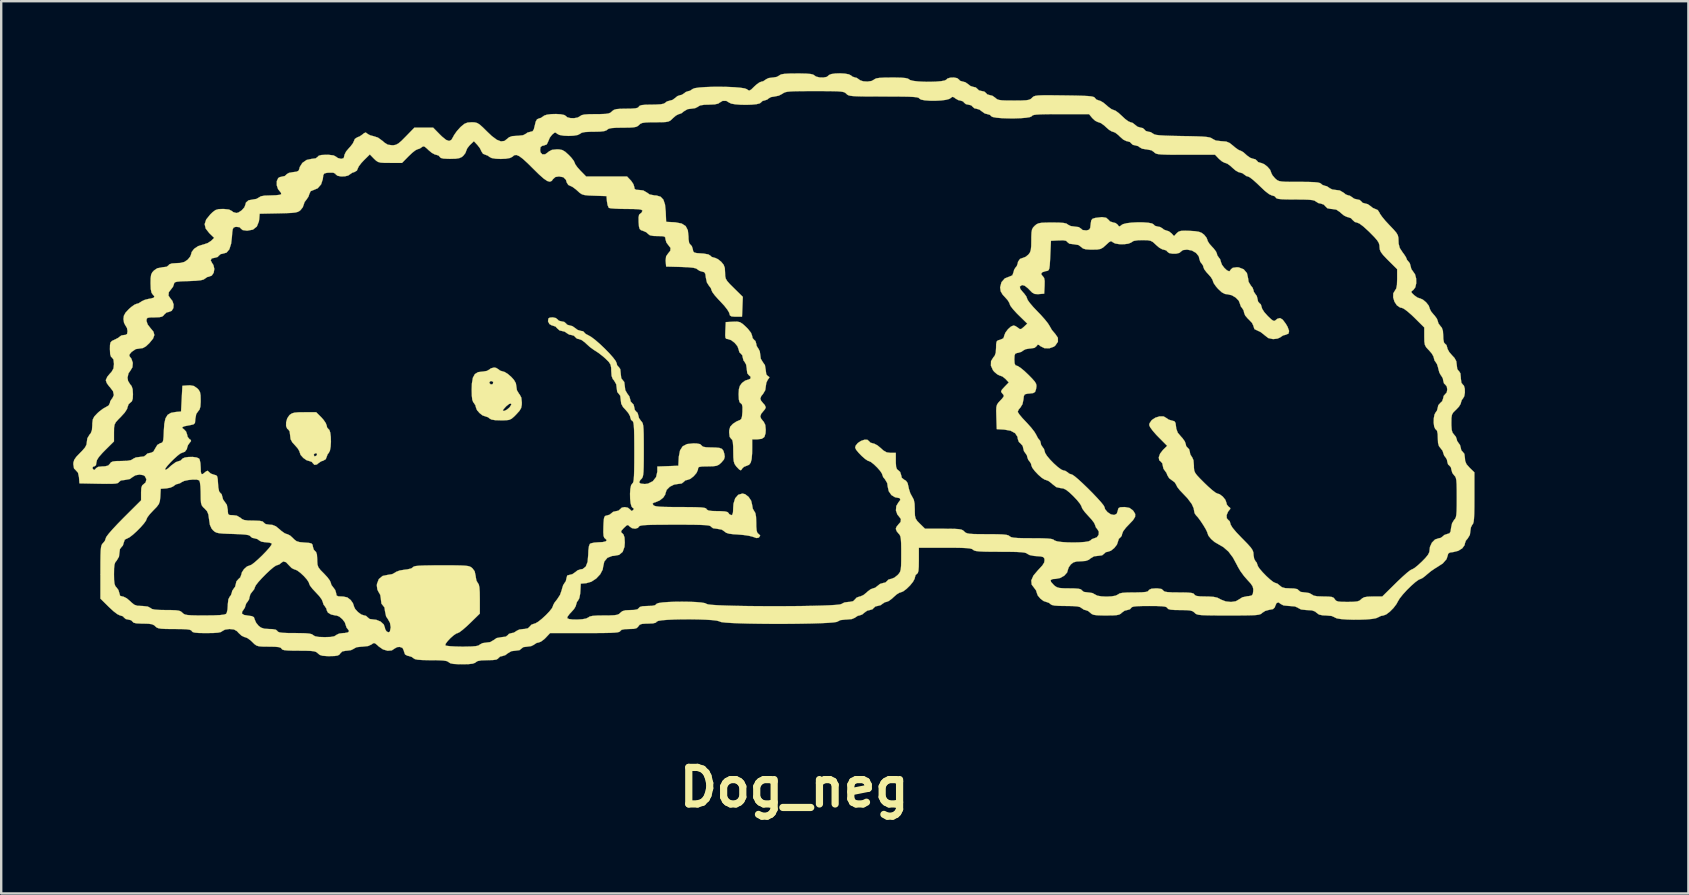
<source format=kicad_pcb>
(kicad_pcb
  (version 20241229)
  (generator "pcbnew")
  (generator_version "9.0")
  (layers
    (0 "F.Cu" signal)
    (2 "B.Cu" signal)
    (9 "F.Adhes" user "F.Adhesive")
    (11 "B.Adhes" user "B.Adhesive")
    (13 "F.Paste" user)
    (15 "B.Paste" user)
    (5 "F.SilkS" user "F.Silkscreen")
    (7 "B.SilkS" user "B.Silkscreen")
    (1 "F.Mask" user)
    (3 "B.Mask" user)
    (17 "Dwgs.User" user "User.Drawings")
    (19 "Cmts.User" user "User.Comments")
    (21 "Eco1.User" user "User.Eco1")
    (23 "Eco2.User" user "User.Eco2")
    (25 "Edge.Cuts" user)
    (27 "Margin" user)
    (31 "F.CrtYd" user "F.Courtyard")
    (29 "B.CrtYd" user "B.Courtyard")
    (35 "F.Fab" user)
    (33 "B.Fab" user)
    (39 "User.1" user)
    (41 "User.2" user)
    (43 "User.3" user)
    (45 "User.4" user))
  (footprint "Dog_neg"
    (layer "F.Cu")
    (at 64.033 29.751)
    (property "Reference" "Dog_neg" (at -34 0 180) (layer "F.SilkS") (effects (font (size 1.524 1.524) (thickness 0.3))))
    (attr through_hole)
    (fp_poly (pts (xy -54.65 -15.626) (xy -54.813 -15.612) (xy -54.92 -15.581) (xy -55.002 -15.528) (xy -55.031 -15.502) (xy -55.118 -15.372) (xy -55.164 -15.21) (xy -55.166 -15.053) (xy -55.119 -14.941) (xy -55.082 -14.916) (xy -55.018 -14.832) (xy -54.997 -14.666) (xy -54.977 -14.504) (xy -54.902 -14.368) (xy -54.8 -14.258) (xy -54.683 -14.125) (xy -54.612 -14.006) (xy -54.602 -13.965) (xy -54.557 -13.847) (xy -54.446 -13.723) (xy -54.309 -13.628) (xy -54.202 -13.597) (xy -54.095 -13.56) (xy -54.058 -13.513) (xy -53.984 -13.436) (xy -53.88 -13.453) (xy -53.815 -13.509) (xy -53.705 -13.584) (xy -53.624 -13.608) (xy -53.513 -13.673) (xy -53.484 -13.748) (xy -53.434 -13.88) (xy -53.432 -13.882) (xy -53.876 -13.882) (xy -53.895 -13.826) (xy -53.965 -13.791) (xy -53.99 -13.8) (xy -54.014 -13.86) (xy -53.987 -13.896) (xy -53.911 -13.929) (xy -53.876 -13.882) (xy -53.432 -13.882) (xy -53.385 -13.939) (xy -53.339 -14.031) (xy -53.31 -14.194) (xy -53.298 -14.394) (xy -53.303 -14.6) (xy -53.325 -14.777) (xy -53.363 -14.892) (xy -53.389 -14.916) (xy -53.457 -14.992) (xy -53.473 -15.07) (xy -53.512 -15.176) (xy -53.61 -15.318) (xy -53.692 -15.41) (xy -53.912 -15.629) (xy -54.404 -15.629) (xy -54.65 -15.626)) (stroke (width 0.01) (type solid)) (fill yes) (layer "F.SilkS"))
    (fp_poly (pts (xy -46.635 -17.456) (xy -46.7 -17.407) (xy -46.802 -17.35) (xy -46.96 -17.323) (xy -46.979 -17.323) (xy -47.17 -17.299) (xy -47.302 -17.217) (xy -47.385 -17.065) (xy -47.425 -16.827) (xy -47.434 -16.578) (xy -47.428 -16.315) (xy -47.408 -16.146) (xy -47.371 -16.049) (xy -47.349 -16.024) (xy -47.277 -15.914) (xy -47.264 -15.851) (xy -47.22 -15.73) (xy -47.112 -15.599) (xy -46.981 -15.496) (xy -46.874 -15.46) (xy -46.751 -15.419) (xy -46.7 -15.375) (xy -46.615 -15.325) (xy -46.454 -15.298) (xy -46.225 -15.291) (xy -46.013 -15.293) (xy -45.874 -15.311) (xy -45.771 -15.359) (xy -45.665 -15.45) (xy -45.583 -15.533) (xy -45.446 -15.684) (xy -45.374 -15.804) (xy -45.348 -15.938) (xy -45.348 -15.944) (xy -45.783 -15.944) (xy -45.85 -15.841) (xy -45.866 -15.823) (xy -45.974 -15.733) (xy -46.073 -15.685) (xy -46.131 -15.694) (xy -46.136 -15.711) (xy -46.1 -15.764) (xy -46.011 -15.861) (xy -45.991 -15.882) (xy -45.873 -15.974) (xy -45.797 -15.991) (xy -45.783 -15.944) (xy -45.348 -15.944) (xy -45.345 -16.032) (xy -45.367 -16.238) (xy -45.437 -16.371) (xy -45.458 -16.391) (xy -45.551 -16.547) (xy -45.571 -16.689) (xy -45.594 -16.837) (xy -45.626 -16.893) (xy -46.537 -16.893) (xy -46.551 -16.815) (xy -46.567 -16.797) (xy -46.637 -16.786) (xy -46.694 -16.843) (xy -46.7 -16.874) (xy -46.654 -16.922) (xy -46.615 -16.928) (xy -46.537 -16.893) (xy -45.626 -16.893) (xy -45.675 -16.977) (xy -45.79 -17.104) (xy -45.933 -17.227) (xy -46.063 -17.306) (xy -46.122 -17.323) (xy -46.251 -17.363) (xy -46.305 -17.407) (xy -46.415 -17.476) (xy -46.502 -17.492) (xy -46.635 -17.456)) (stroke (width 0.01) (type solid)) (fill yes) (layer "F.SilkS"))
    (fp_poly (pts (xy -36.549 -19.4) (xy -36.552 -19.4) (xy -36.85 -19.383) (xy -36.867 -19.03) (xy -36.873 -18.837) (xy -36.863 -18.731) (xy -36.83 -18.687) (xy -36.765 -18.677) (xy -36.763 -18.677) (xy -36.627 -18.632) (xy -36.482 -18.522) (xy -36.365 -18.381) (xy -36.314 -18.246) (xy -36.314 -18.238) (xy -36.281 -18.124) (xy -36.23 -18.077) (xy -36.162 -18.001) (xy -36.145 -17.916) (xy -36.11 -17.783) (xy -36.06 -17.718) (xy -36.002 -17.613) (xy -35.976 -17.446) (xy -35.976 -17.427) (xy -35.953 -17.251) (xy -35.891 -17.174) (xy -35.814 -17.105) (xy -35.825 -17.026) (xy -35.915 -16.984) (xy -35.927 -16.984) (xy -36.046 -16.944) (xy -36.173 -16.848) (xy -36.181 -16.84) (xy -36.262 -16.729) (xy -36.302 -16.594) (xy -36.314 -16.394) (xy -36.314 -16.366) (xy -36.305 -16.161) (xy -36.275 -16.047) (xy -36.227 -16.003) (xy -36.176 -15.955) (xy -36.154 -15.848) (xy -36.156 -15.655) (xy -36.156 -15.646) (xy -36.173 -15.457) (xy -36.203 -15.352) (xy -36.26 -15.303) (xy -36.289 -15.293) (xy -36.415 -15.237) (xy -36.555 -15.143) (xy -36.557 -15.141) (xy -36.663 -15.029) (xy -36.705 -14.886) (xy -36.709 -14.787) (xy -36.687 -14.602) (xy -36.625 -14.521) (xy -36.581 -14.478) (xy -36.555 -14.378) (xy -36.541 -14.201) (xy -36.538 -14.001) (xy -36.534 -13.756) (xy -36.519 -13.593) (xy -36.487 -13.483) (xy -36.43 -13.394) (xy -36.4 -13.357) (xy -36.288 -13.241) (xy -36.222 -13.209) (xy -36.179 -13.255) (xy -36.167 -13.283) (xy -36.093 -13.354) (xy -35.977 -13.399) (xy -35.878 -13.441) (xy -35.812 -13.528) (xy -35.772 -13.677) (xy -35.753 -13.908) (xy -35.75 -14.141) (xy -35.75 -14.5) (xy -35.535 -14.5) (xy -35.349 -14.522) (xy -35.241 -14.599) (xy -35.193 -14.752) (xy -35.185 -14.898) (xy -35.205 -15.103) (xy -35.272 -15.236) (xy -35.298 -15.262) (xy -35.384 -15.373) (xy -35.411 -15.46) (xy -35.372 -15.568) (xy -35.298 -15.658) (xy -35.213 -15.761) (xy -35.185 -15.836) (xy -35.225 -15.928) (xy -35.298 -16.009) (xy -35.384 -16.116) (xy -35.411 -16.198) (xy -35.372 -16.302) (xy -35.298 -16.391) (xy -35.205 -16.548) (xy -35.185 -16.692) (xy -35.16 -16.858) (xy -35.097 -16.988) (xy -35.093 -16.992) (xy -35.032 -17.072) (xy -35.051 -17.111) (xy -35.093 -17.13) (xy -35.162 -17.208) (xy -35.185 -17.378) (xy -35.185 -17.386) (xy -35.219 -17.592) (xy -35.298 -17.703) (xy -35.392 -17.857) (xy -35.411 -18.006) (xy -35.433 -18.164) (xy -35.488 -18.275) (xy -35.496 -18.282) (xy -35.564 -18.393) (xy -35.58 -18.481) (xy -35.614 -18.595) (xy -35.665 -18.641) (xy -35.732 -18.717) (xy -35.75 -18.805) (xy -35.796 -18.934) (xy -35.926 -19.101) (xy -36.002 -19.177) (xy -36.148 -19.31) (xy -36.259 -19.38) (xy -36.378 -19.404) (xy -36.549 -19.4)) (stroke (width 0.01) (type solid)) (fill yes) (layer "F.SilkS"))
    (fp_poly (pts (xy -32.285 -29.74) (xy -32.453 -29.716) (xy -32.555 -29.674) (xy -32.568 -29.656) (xy -32.644 -29.598) (xy -32.784 -29.572) (xy -32.947 -29.576) (xy -33.089 -29.612) (xy -33.153 -29.656) (xy -33.21 -29.694) (xy -33.317 -29.719) (xy -33.492 -29.734) (xy -33.755 -29.74) (xy -33.887 -29.74) (xy -34.189 -29.737) (xy -34.397 -29.726) (xy -34.529 -29.705) (xy -34.603 -29.673) (xy -34.621 -29.656) (xy -34.724 -29.598) (xy -34.884 -29.571) (xy -34.903 -29.571) (xy -35.066 -29.549) (xy -35.178 -29.494) (xy -35.185 -29.486) (xy -35.295 -29.414) (xy -35.359 -29.402) (xy -35.456 -29.363) (xy -35.588 -29.265) (xy -35.662 -29.196) (xy -35.784 -29.077) (xy -35.859 -29.03) (xy -35.919 -29.044) (xy -35.966 -29.083) (xy -36.061 -29.119) (xy -36.245 -29.147) (xy -36.494 -29.168) (xy -36.788 -29.181) (xy -37.103 -29.186) (xy -37.418 -29.184) (xy -37.71 -29.173) (xy -37.958 -29.155) (xy -38.139 -29.129) (xy -38.231 -29.094) (xy -38.233 -29.091) (xy -38.341 -29.019) (xy -38.403 -29.007) (xy -38.521 -28.966) (xy -38.572 -28.922) (xy -38.684 -28.85) (xy -38.749 -28.837) (xy -38.865 -28.797) (xy -38.952 -28.724) (xy -39.071 -28.638) (xy -39.17 -28.612) (xy -39.302 -28.574) (xy -39.362 -28.527) (xy -39.431 -28.483) (xy -39.563 -28.456) (xy -39.776 -28.444) (xy -39.935 -28.442) (xy -40.189 -28.438) (xy -40.35 -28.423) (xy -40.438 -28.395) (xy -40.471 -28.358) (xy -40.512 -28.315) (xy -40.611 -28.288) (xy -40.785 -28.276) (xy -40.996 -28.273) (xy -41.244 -28.269) (xy -41.406 -28.255) (xy -41.508 -28.225) (xy -41.578 -28.175) (xy -41.592 -28.16) (xy -41.652 -28.108) (xy -41.735 -28.075) (xy -41.864 -28.056) (xy -42.065 -28.048) (xy -42.271 -28.047) (xy -42.554 -28.043) (xy -42.744 -28.029) (xy -42.859 -28.002) (xy -42.918 -27.962) (xy -43.019 -27.905) (xy -43.171 -27.878) (xy -43.332 -27.883) (xy -43.458 -27.918) (xy -43.503 -27.962) (xy -43.575 -28.01) (xy -43.724 -28.04) (xy -43.917 -28.052) (xy -44.119 -28.047) (xy -44.298 -28.024) (xy -44.418 -27.984) (xy -44.439 -27.966) (xy -44.549 -27.891) (xy -44.63 -27.867) (xy -44.712 -27.831) (xy -44.767 -27.734) (xy -44.804 -27.581) (xy -44.845 -27.416) (xy -44.895 -27.336) (xy -44.973 -27.313) (xy -44.981 -27.313) (xy -45.113 -27.277) (xy -45.176 -27.229) (xy -45.294 -27.168) (xy -45.511 -27.144) (xy -45.541 -27.144) (xy -45.747 -27.13) (xy -45.878 -27.083) (xy -45.938 -27.031) (xy -46.069 -26.93) (xy -46.215 -26.911) (xy -46.386 -26.978) (xy -46.596 -27.134) (xy -46.785 -27.313) (xy -46.969 -27.495) (xy -47.099 -27.611) (xy -47.202 -27.675) (xy -47.301 -27.702) (xy -47.421 -27.708) (xy -47.434 -27.708) (xy -47.604 -27.696) (xy -47.734 -27.644) (xy -47.875 -27.53) (xy -47.91 -27.497) (xy -48.053 -27.337) (xy -48.169 -27.172) (xy -48.205 -27.102) (xy -48.282 -26.972) (xy -48.376 -26.929) (xy -48.501 -26.975) (xy -48.669 -27.111) (xy -48.76 -27.2) (xy -49.038 -27.483) (xy -49.821 -27.483) (xy -50.178 -27.116) (xy -50.355 -26.938) (xy -50.483 -26.829) (xy -50.586 -26.772) (xy -50.69 -26.751) (xy -50.751 -26.749) (xy -50.932 -26.775) (xy -51.081 -26.869) (xy -51.132 -26.919) (xy -51.338 -27.069) (xy -51.508 -27.124) (xy -51.665 -27.166) (xy -51.777 -27.227) (xy -51.787 -27.238) (xy -51.848 -27.283) (xy -51.922 -27.251) (xy -51.972 -27.208) (xy -52.1 -27.119) (xy -52.203 -27.079) (xy -52.303 -27.012) (xy -52.333 -26.94) (xy -52.383 -26.831) (xy -52.488 -26.693) (xy -52.545 -26.633) (xy -52.667 -26.488) (xy -52.734 -26.352) (xy -52.74 -26.314) (xy -52.767 -26.213) (xy -52.87 -26.184) (xy -52.874 -26.184) (xy -53.009 -26.218) (xy -53.078 -26.269) (xy -53.185 -26.327) (xy -53.389 -26.352) (xy -53.482 -26.354) (xy -53.691 -26.344) (xy -53.807 -26.313) (xy -53.848 -26.269) (xy -53.932 -26.205) (xy -54.098 -26.184) (xy -54.311 -26.138) (xy -54.488 -26.015) (xy -54.597 -25.842) (xy -54.612 -25.777) (xy -54.643 -25.693) (xy -54.724 -25.65) (xy -54.873 -25.631) (xy -55.045 -25.6) (xy -55.14 -25.545) (xy -55.148 -25.532) (xy -55.223 -25.467) (xy -55.303 -25.451) (xy -55.434 -25.421) (xy -55.494 -25.383) (xy -55.553 -25.255) (xy -55.554 -25.084) (xy -55.501 -24.924) (xy -55.45 -24.859) (xy -55.378 -24.769) (xy -55.369 -24.709) (xy -55.436 -24.686) (xy -55.586 -24.668) (xy -55.786 -24.661) (xy -55.812 -24.66) (xy -56.061 -24.652) (xy -56.216 -24.624) (xy -56.296 -24.576) (xy -56.399 -24.516) (xy -56.545 -24.491) (xy -56.73 -24.457) (xy -56.838 -24.363) (xy -56.86 -24.276) (xy -56.905 -24.161) (xy -57.014 -24.04) (xy -57.147 -23.951) (xy -57.234 -23.928) (xy -57.365 -23.964) (xy -57.424 -24.011) (xy -57.543 -24.072) (xy -57.764 -24.096) (xy -57.796 -24.096) (xy -57.978 -24.089) (xy -58.104 -24.052) (xy -58.222 -23.966) (xy -58.325 -23.866) (xy -58.495 -23.655) (xy -58.558 -23.463) (xy -58.514 -23.279) (xy -58.364 -23.088) (xy -58.357 -23.082) (xy -58.162 -22.892) (xy -58.287 -22.769) (xy -58.428 -22.677) (xy -58.607 -22.616) (xy -58.632 -22.611) (xy -58.832 -22.547) (xy -58.998 -22.435) (xy -59.1 -22.3) (xy -59.118 -22.221) (xy -59.158 -22.115) (xy -59.256 -21.994) (xy -59.273 -21.978) (xy -59.406 -21.889) (xy -59.568 -21.848) (xy -59.726 -21.84) (xy -59.927 -21.826) (xy -60.034 -21.786) (xy -60.057 -21.754) (xy -60.14 -21.689) (xy -60.306 -21.669) (xy -60.533 -21.626) (xy -60.667 -21.535) (xy -60.744 -21.451) (xy -60.788 -21.355) (xy -60.807 -21.214) (xy -60.811 -21.006) (xy -60.802 -20.76) (xy -60.771 -20.608) (xy -60.726 -20.54) (xy -60.653 -20.458) (xy -60.674 -20.403) (xy -60.797 -20.366) (xy -60.872 -20.355) (xy -61.045 -20.313) (xy -61.181 -20.25) (xy -61.201 -20.234) (xy -61.317 -20.163) (xy -61.392 -20.145) (xy -61.482 -20.108) (xy -61.615 -20.013) (xy -61.712 -19.928) (xy -61.854 -19.776) (xy -61.923 -19.648) (xy -61.94 -19.511) (xy -61.917 -19.357) (xy -61.862 -19.248) (xy -61.855 -19.242) (xy -61.793 -19.136) (xy -61.771 -19.009) (xy -61.788 -18.891) (xy -61.858 -18.849) (xy -61.908 -18.847) (xy -62.028 -18.826) (xy -62.082 -18.789) (xy -62.154 -18.731) (xy -62.285 -18.662) (xy -62.311 -18.651) (xy -62.421 -18.598) (xy -62.479 -18.536) (xy -62.501 -18.43) (xy -62.504 -18.255) (xy -62.494 -18.051) (xy -62.459 -17.94) (xy -62.42 -17.908) (xy -62.356 -17.824) (xy -62.335 -17.638) (xy -62.356 -17.451) (xy -62.437 -17.309) (xy -62.504 -17.238) (xy -62.612 -17.107) (xy -62.67 -16.982) (xy -62.674 -16.956) (xy -62.635 -16.842) (xy -62.538 -16.708) (xy -62.504 -16.674) (xy -62.375 -16.504) (xy -62.34 -16.343) (xy -62.402 -16.21) (xy -62.42 -16.194) (xy -62.492 -16.082) (xy -62.504 -16.016) (xy -62.556 -15.912) (xy -62.66 -15.85) (xy -62.792 -15.776) (xy -62.952 -15.654) (xy -63.027 -15.586) (xy -63.155 -15.449) (xy -63.217 -15.329) (xy -63.237 -15.173) (xy -63.238 -15.09) (xy -63.253 -14.885) (xy -63.302 -14.754) (xy -63.351 -14.698) (xy -63.444 -14.544) (xy -63.464 -14.403) (xy -63.48 -14.28) (xy -63.541 -14.161) (xy -63.665 -14.017) (xy -63.746 -13.936) (xy -63.903 -13.773) (xy -63.99 -13.648) (xy -64.025 -13.532) (xy -64.028 -13.462) (xy -64.001 -13.292) (xy -63.919 -13.204) (xy -63.834 -13.109) (xy -63.794 -12.927) (xy -63.792 -12.906) (xy -63.774 -12.666) (xy -62.969 -12.65) (xy -62.645 -12.646) (xy -62.417 -12.647) (xy -62.268 -12.657) (xy -62.181 -12.676) (xy -62.139 -12.705) (xy -62.13 -12.721) (xy -62.046 -12.787) (xy -61.886 -12.807) (xy -61.674 -12.847) (xy -61.573 -12.92) (xy -61.44 -13.002) (xy -61.269 -13.032) (xy -61.111 -13.006) (xy -61.048 -12.965) (xy -60.984 -12.836) (xy -61.016 -12.706) (xy -61.093 -12.638) (xy -61.161 -12.579) (xy -61.196 -12.477) (xy -61.206 -12.298) (xy -61.206 -12.268) (xy -61.206 -11.958) (xy -61.94 -11.227) (xy -62.185 -10.977) (xy -62.393 -10.754) (xy -62.551 -10.573) (xy -62.648 -10.445) (xy -62.674 -10.39) (xy -62.713 -10.274) (xy -62.787 -10.182) (xy -62.826 -10.141) (xy -62.854 -10.085) (xy -62.874 -9.999) (xy -62.888 -9.866) (xy -62.895 -9.671) (xy -62.899 -9.398) (xy -62.9 -9.03) (xy -62.9 -8.973) (xy -62.9 -7.865) (xy -62.545 -7.514) (xy -62.354 -7.338) (xy -62.194 -7.217) (xy -62.083 -7.164) (xy -62.072 -7.163) (xy -61.961 -7.127) (xy -61.92 -7.078) (xy -61.844 -7.014) (xy -61.742 -6.993) (xy -61.622 -6.964) (xy -61.565 -6.909) (xy -61.518 -6.862) (xy -61.405 -6.835) (xy -61.208 -6.825) (xy -61.124 -6.824) (xy -60.897 -6.818) (xy -60.752 -6.797) (xy -60.659 -6.753) (xy -60.614 -6.711) (xy -60.56 -6.663) (xy -60.486 -6.631) (xy -60.371 -6.612) (xy -60.194 -6.602) (xy -59.933 -6.598) (xy -59.821 -6.598) (xy -59.52 -6.596) (xy -59.315 -6.587) (xy -59.188 -6.57) (xy -59.12 -6.543) (xy -59.097 -6.514) (xy -59.06 -6.474) (xy -58.972 -6.449) (xy -58.815 -6.434) (xy -58.569 -6.429) (xy -58.477 -6.429) (xy -58.192 -6.433) (xy -58 -6.447) (xy -57.883 -6.472) (xy -57.82 -6.513) (xy -57.82 -6.514) (xy -57.711 -6.573) (xy -57.534 -6.598) (xy -57.514 -6.598) (xy -57.337 -6.58) (xy -57.213 -6.51) (xy -57.14 -6.431) (xy -57.02 -6.321) (xy -56.903 -6.264) (xy -56.885 -6.262) (xy -56.779 -6.222) (xy -56.642 -6.123) (xy -56.578 -6.062) (xy -56.482 -5.968) (xy -56.399 -5.91) (xy -56.298 -5.879) (xy -56.148 -5.867) (xy -55.92 -5.864) (xy -55.888 -5.864) (xy -55.635 -5.86) (xy -55.475 -5.845) (xy -55.388 -5.817) (xy -55.356 -5.78) (xy -55.323 -5.743) (xy -55.242 -5.718) (xy -55.098 -5.704) (xy -54.872 -5.696) (xy -54.633 -5.695) (xy -54.338 -5.693) (xy -54.135 -5.686) (xy -54.001 -5.67) (xy -53.916 -5.643) (xy -53.858 -5.601) (xy -53.84 -5.582) (xy -53.761 -5.519) (xy -53.646 -5.484) (xy -53.464 -5.47) (xy -53.354 -5.469) (xy -53.142 -5.474) (xy -53.014 -5.494) (xy -52.942 -5.535) (xy -52.909 -5.582) (xy -52.824 -5.665) (xy -52.671 -5.694) (xy -52.632 -5.695) (xy -52.465 -5.717) (xy -52.351 -5.772) (xy -52.344 -5.78) (xy -52.228 -5.84) (xy -52.017 -5.864) (xy -51.989 -5.864) (xy -51.745 -5.89) (xy -51.6 -5.959) (xy -51.53 -6.011) (xy -51.466 -6.007) (xy -51.375 -5.936) (xy -51.31 -5.874) (xy -51.131 -5.75) (xy -50.937 -5.693) (xy -50.761 -5.708) (xy -50.649 -5.783) (xy -50.539 -5.844) (xy -50.43 -5.853) (xy -50.316 -5.811) (xy -50.262 -5.698) (xy -50.256 -5.667) (xy -50.21 -5.538) (xy -50.11 -5.485) (xy -50.076 -5.48) (xy -49.937 -5.438) (xy -49.858 -5.381) (xy -49.799 -5.344) (xy -49.683 -5.32) (xy -49.493 -5.306) (xy -49.211 -5.3) (xy -49.127 -5.3) (xy -48.825 -5.297) (xy -48.617 -5.286) (xy -48.485 -5.265) (xy -48.411 -5.232) (xy -48.393 -5.215) (xy -48.323 -5.171) (xy -48.19 -5.144) (xy -47.973 -5.132) (xy -47.829 -5.131) (xy -47.564 -5.136) (xy -47.392 -5.155) (xy -47.293 -5.191) (xy -47.264 -5.215) (xy -47.183 -5.264) (xy -47.026 -5.292) (xy -46.777 -5.3) (xy -46.776 -5.3) (xy -46.545 -5.306) (xy -46.405 -5.326) (xy -46.337 -5.365) (xy -46.325 -5.385) (xy -46.249 -5.452) (xy -46.166 -5.469) (xy -46.033 -5.51) (xy -45.938 -5.582) (xy -45.781 -5.675) (xy -45.617 -5.695) (xy -45.442 -5.718) (xy -45.366 -5.78) (xy -45.283 -5.844) (xy -45.12 -5.864) (xy -44.957 -5.886) (xy -44.844 -5.941) (xy -44.837 -5.949) (xy -44.724 -6.021) (xy -44.654 -6.034) (xy -44.549 -6.073) (xy -44.415 -6.172) (xy -44.354 -6.231) (xy -44.168 -6.429) (xy -42.723 -6.429) (xy -42.274 -6.43) (xy -41.925 -6.433) (xy -41.664 -6.438) (xy -41.479 -6.448) (xy -41.357 -6.461) (xy -41.285 -6.48) (xy -41.251 -6.504) (xy -41.245 -6.514) (xy -41.188 -6.566) (xy -41.054 -6.592) (xy -40.882 -6.598) (xy -40.685 -6.605) (xy -40.57 -6.632) (xy -40.506 -6.687) (xy -40.491 -6.711) (xy -40.437 -6.776) (xy -40.342 -6.811) (xy -40.177 -6.823) (xy -40.092 -6.824) (xy -39.882 -6.833) (xy -39.764 -6.863) (xy -39.721 -6.909) (xy -39.655 -6.939) (xy -39.496 -6.964) (xy -39.264 -6.982) (xy -38.978 -6.995) (xy -38.657 -7.002) (xy -38.323 -7.003) (xy -37.993 -6.998) (xy -37.688 -6.987) (xy -37.428 -6.971) (xy -37.232 -6.948) (xy -37.12 -6.92) (xy -37.104 -6.909) (xy -37.03 -6.886) (xy -36.857 -6.866) (xy -36.601 -6.849) (xy -36.275 -6.836) (xy -35.893 -6.825) (xy -35.471 -6.818) (xy -35.023 -6.814) (xy -34.563 -6.813) (xy -34.106 -6.815) (xy -33.666 -6.821) (xy -33.258 -6.829) (xy -32.895 -6.841) (xy -32.593 -6.855) (xy -32.366 -6.873) (xy -32.228 -6.894) (xy -32.194 -6.909) (xy -32.076 -6.969) (xy -31.858 -6.993) (xy -31.827 -6.993) (xy -31.598 -7.013) (xy -31.468 -7.069) (xy -31.46 -7.078) (xy -31.348 -7.15) (xy -31.283 -7.163) (xy -31.167 -7.203) (xy -31.08 -7.276) (xy -30.958 -7.363) (xy -30.853 -7.388) (xy -30.738 -7.421) (xy -30.69 -7.473) (xy -30.614 -7.54) (xy -30.53 -7.558) (xy -30.396 -7.593) (xy -30.331 -7.642) (xy -30.221 -7.715) (xy -30.158 -7.727) (xy -30.059 -7.766) (xy -29.928 -7.863) (xy -29.862 -7.925) (xy -29.73 -8.041) (xy -29.613 -8.112) (xy -29.572 -8.122) (xy -29.461 -8.165) (xy -29.318 -8.272) (xy -29.171 -8.416) (xy -29.05 -8.567) (xy -28.982 -8.694) (xy -28.976 -8.728) (xy -28.944 -8.844) (xy -28.892 -8.892) (xy -28.85 -8.932) (xy -28.824 -9.025) (xy -28.811 -9.193) (xy -28.807 -9.453) (xy -28.807 -9.985) (xy -27.713 -9.985) (xy -27.323 -9.984) (xy -27.031 -9.979) (xy -26.823 -9.969) (xy -26.684 -9.955) (xy -26.598 -9.933) (xy -26.552 -9.904) (xy -26.549 -9.9) (xy -26.506 -9.87) (xy -26.424 -9.847) (xy -26.289 -9.832) (xy -26.085 -9.822) (xy -25.798 -9.817) (xy -25.42 -9.816) (xy -25.034 -9.814) (xy -24.747 -9.809) (xy -24.543 -9.798) (xy -24.409 -9.782) (xy -24.329 -9.759) (xy -24.294 -9.734) (xy -24.192 -9.679) (xy -24.009 -9.643) (xy -23.906 -9.635) (xy -23.723 -9.621) (xy -23.625 -9.594) (xy -23.582 -9.542) (xy -23.57 -9.477) (xy -23.584 -9.372) (xy -23.661 -9.247) (xy -23.814 -9.08) (xy -23.838 -9.056) (xy -24.034 -8.825) (xy -24.123 -8.623) (xy -24.106 -8.448) (xy -24.009 -8.32) (xy -23.924 -8.205) (xy -23.896 -8.111) (xy -23.852 -7.993) (xy -23.744 -7.865) (xy -23.611 -7.764) (xy -23.5 -7.727) (xy -23.383 -7.686) (xy -23.332 -7.642) (xy -23.27 -7.601) (xy -23.152 -7.575) (xy -22.96 -7.562) (xy -22.683 -7.558) (xy -22.399 -7.554) (xy -22.209 -7.54) (xy -22.094 -7.513) (xy -22.034 -7.473) (xy -21.927 -7.401) (xy -21.866 -7.388) (xy -21.757 -7.349) (xy -21.667 -7.276) (xy -21.605 -7.223) (xy -21.52 -7.189) (xy -21.387 -7.171) (xy -21.181 -7.164) (xy -21.008 -7.163) (xy -20.746 -7.165) (xy -20.572 -7.176) (xy -20.462 -7.2) (xy -20.391 -7.239) (xy -20.356 -7.276) (xy -20.233 -7.363) (xy -20.129 -7.388) (xy -20.013 -7.421) (xy -19.966 -7.473) (xy -19.933 -7.509) (xy -19.854 -7.534) (xy -19.713 -7.549) (xy -19.492 -7.556) (xy -19.212 -7.558) (xy -18.904 -7.556) (xy -18.692 -7.547) (xy -18.558 -7.532) (xy -18.485 -7.506) (xy -18.457 -7.473) (xy -18.416 -7.431) (xy -18.319 -7.404) (xy -18.146 -7.391) (xy -17.924 -7.388) (xy -17.674 -7.385) (xy -17.511 -7.371) (xy -17.408 -7.342) (xy -17.337 -7.293) (xy -17.321 -7.276) (xy -17.282 -7.239) (xy -17.231 -7.212) (xy -17.153 -7.192) (xy -17.032 -7.178) (xy -16.855 -7.17) (xy -16.607 -7.165) (xy -16.273 -7.163) (xy -15.91 -7.163) (xy -15.49 -7.163) (xy -15.169 -7.166) (xy -14.932 -7.171) (xy -14.764 -7.18) (xy -14.651 -7.195) (xy -14.578 -7.216) (xy -14.53 -7.245) (xy -14.501 -7.273) (xy -14.378 -7.352) (xy -14.212 -7.398) (xy -14.198 -7.4) (xy -14.052 -7.429) (xy -13.981 -7.499) (xy -13.963 -7.554) (xy -13.904 -7.682) (xy -13.82 -7.707) (xy -13.738 -7.644) (xy -13.616 -7.581) (xy -13.389 -7.558) (xy -13.37 -7.558) (xy -13.14 -7.539) (xy -13.011 -7.482) (xy -13.003 -7.473) (xy -12.885 -7.412) (xy -12.668 -7.389) (xy -12.638 -7.388) (xy -12.432 -7.375) (xy -12.301 -7.327) (xy -12.241 -7.276) (xy -12.138 -7.201) (xy -11.983 -7.168) (xy -11.844 -7.163) (xy -11.616 -7.143) (xy -11.487 -7.087) (xy -11.479 -7.078) (xy -11.392 -7.041) (xy -11.218 -7.013) (xy -10.982 -6.995) (xy -10.709 -6.986) (xy -10.426 -6.988) (xy -10.156 -6.998) (xy -9.926 -7.019) (xy -9.761 -7.049) (xy -9.697 -7.076) (xy -9.556 -7.144) (xy -9.46 -7.161) (xy -9.34 -7.205) (xy -9.19 -7.318) (xy -9.037 -7.472) (xy -8.911 -7.638) (xy -8.858 -7.737) (xy -8.778 -7.871) (xy -8.643 -8.041) (xy -8.475 -8.225) (xy -8.294 -8.402) (xy -8.123 -8.553) (xy -7.982 -8.654) (xy -7.899 -8.687) (xy -7.825 -8.723) (xy -7.706 -8.814) (xy -7.644 -8.869) (xy -7.474 -9.009) (xy -7.293 -9.132) (xy -7.249 -9.157) (xy -6.982 -9.33) (xy -6.826 -9.508) (xy -6.783 -9.639) (xy -6.756 -9.737) (xy -6.684 -9.785) (xy -6.54 -9.805) (xy -6.337 -9.856) (xy -6.171 -9.959) (xy -6.074 -10.092) (xy -6.06 -10.165) (xy -6.02 -10.279) (xy -5.947 -10.365) (xy -5.853 -10.519) (xy -5.834 -10.668) (xy -5.812 -10.826) (xy -5.757 -10.937) (xy -5.75 -10.944) (xy -5.719 -10.988) (xy -5.696 -11.07) (xy -5.681 -11.205) (xy -5.671 -11.41) (xy -5.666 -11.697) (xy -5.665 -12.069) (xy -5.665 -12.073) (xy -6.399 -12.073) (xy -6.4 -11.747) (xy -6.405 -11.515) (xy -6.417 -11.357) (xy -6.437 -11.255) (xy -6.468 -11.189) (xy -6.509 -11.145) (xy -6.595 -11.003) (xy -6.636 -10.811) (xy -6.657 -10.659) (xy -6.704 -10.585) (xy -6.794 -10.558) (xy -6.919 -10.514) (xy -6.98 -10.459) (xy -7.068 -10.395) (xy -7.149 -10.379) (xy -7.305 -10.327) (xy -7.436 -10.195) (xy -7.516 -10.018) (xy -7.528 -9.919) (xy -7.542 -9.805) (xy -7.596 -9.693) (xy -7.706 -9.557) (xy -7.854 -9.405) (xy -8.017 -9.254) (xy -8.159 -9.14) (xy -8.255 -9.085) (xy -8.27 -9.082) (xy -8.34 -9.044) (xy -8.473 -8.94) (xy -8.65 -8.783) (xy -8.856 -8.59) (xy -8.93 -8.517) (xy -9.502 -7.953) (xy -9.889 -7.953) (xy -10.111 -7.946) (xy -10.252 -7.922) (xy -10.344 -7.873) (xy -10.378 -7.84) (xy -10.447 -7.783) (xy -10.543 -7.748) (xy -10.696 -7.732) (xy -10.931 -7.727) (xy -10.949 -7.727) (xy -11.185 -7.73) (xy -11.333 -7.743) (xy -11.418 -7.772) (xy -11.468 -7.821) (xy -11.479 -7.84) (xy -11.526 -7.899) (xy -11.605 -7.934) (xy -11.745 -7.949) (xy -11.954 -7.953) (xy -12.203 -7.961) (xy -12.358 -7.989) (xy -12.438 -8.038) (xy -12.543 -8.096) (xy -12.71 -8.122) (xy -12.729 -8.122) (xy -12.905 -8.145) (xy -12.982 -8.207) (xy -13.041 -8.26) (xy -13.177 -8.286) (xy -13.339 -8.292) (xy -13.548 -8.302) (xy -13.681 -8.339) (xy -13.765 -8.404) (xy -13.872 -8.49) (xy -13.955 -8.517) (xy -14.041 -8.557) (xy -14.174 -8.66) (xy -14.329 -8.802) (xy -14.482 -8.959) (xy -14.609 -9.106) (xy -14.685 -9.219) (xy -14.696 -9.257) (xy -14.736 -9.37) (xy -14.781 -9.42) (xy -14.838 -9.522) (xy -14.865 -9.677) (xy -14.865 -9.697) (xy -14.873 -9.793) (xy -14.907 -9.885) (xy -14.978 -9.992) (xy -15.103 -10.133) (xy -15.293 -10.328) (xy -15.345 -10.38) (xy -15.579 -10.624) (xy -15.738 -10.814) (xy -15.817 -10.944) (xy -15.825 -10.979) (xy -15.86 -11.091) (xy -15.91 -11.134) (xy -15.98 -11.213) (xy -15.986 -11.342) (xy -15.928 -11.482) (xy -15.897 -11.523) (xy -15.831 -11.606) (xy -15.845 -11.653) (xy -15.897 -11.686) (xy -15.977 -11.783) (xy -15.994 -11.858) (xy -16.039 -11.982) (xy -16.146 -12.114) (xy -16.278 -12.213) (xy -16.374 -12.243) (xy -16.45 -12.281) (xy -16.584 -12.383) (xy -16.755 -12.534) (xy -16.908 -12.68) (xy -17.101 -12.873) (xy -17.227 -13.009) (xy -17.301 -13.113) (xy -17.337 -13.207) (xy -17.348 -13.315) (xy -17.349 -13.407) (xy -17.368 -13.631) (xy -17.425 -13.759) (xy -17.434 -13.767) (xy -17.501 -13.876) (xy -17.518 -13.973) (xy -17.55 -14.09) (xy -17.603 -14.141) (xy -17.671 -14.217) (xy -17.688 -14.298) (xy -17.726 -14.41) (xy -17.825 -14.549) (xy -17.882 -14.611) (xy -18.021 -14.775) (xy -18.084 -14.946) (xy -18.094 -15.031) (xy -18.114 -15.181) (xy -18.161 -15.253) (xy -18.256 -15.279) (xy -18.262 -15.28) (xy -18.401 -15.322) (xy -18.481 -15.379) (xy -18.608 -15.454) (xy -18.777 -15.457) (xy -18.954 -15.402) (xy -19.105 -15.302) (xy -19.197 -15.169) (xy -19.211 -15.095) (xy -19.172 -15.005) (xy -19.068 -14.862) (xy -18.916 -14.687) (xy -18.837 -14.606) (xy -18.463 -14.229) (xy -18.64 -14.056) (xy -18.759 -13.901) (xy -18.813 -13.75) (xy -18.795 -13.63) (xy -18.732 -13.577) (xy -18.666 -13.501) (xy -18.647 -13.408) (xy -18.616 -13.275) (xy -18.568 -13.207) (xy -18.492 -13.102) (xy -18.455 -13.005) (xy -18.381 -12.882) (xy -18.266 -12.795) (xy -18.149 -12.709) (xy -18.092 -12.616) (xy -18.04 -12.512) (xy -17.936 -12.38) (xy -17.894 -12.336) (xy -17.619 -12.047) (xy -17.439 -11.807) (xy -17.355 -11.62) (xy -17.349 -11.567) (xy -17.321 -11.426) (xy -17.266 -11.341) (xy -17.18 -11.247) (xy -17.069 -11.097) (xy -16.955 -10.924) (xy -16.856 -10.759) (xy -16.795 -10.633) (xy -16.784 -10.591) (xy -16.741 -10.481) (xy -16.632 -10.348) (xy -16.489 -10.224) (xy -16.389 -10.165) (xy -16.123 -10.011) (xy -15.908 -9.823) (xy -15.723 -9.576) (xy -15.544 -9.245) (xy -15.519 -9.192) (xy -15.413 -9.012) (xy -15.262 -8.806) (xy -15.131 -8.656) (xy -14.984 -8.494) (xy -14.904 -8.375) (xy -14.876 -8.267) (xy -14.877 -8.179) (xy -14.896 -8.053) (xy -14.947 -7.993) (xy -15.064 -7.969) (xy -15.127 -7.964) (xy -15.33 -7.92) (xy -15.461 -7.837) (xy -15.602 -7.755) (xy -15.803 -7.725) (xy -16.023 -7.748) (xy -16.222 -7.824) (xy -16.248 -7.84) (xy -16.372 -7.903) (xy -16.53 -7.938) (xy -16.754 -7.952) (xy -16.857 -7.953) (xy -17.094 -7.958) (xy -17.239 -7.977) (xy -17.312 -8.012) (xy -17.328 -8.038) (xy -17.365 -8.076) (xy -17.45 -8.101) (xy -17.603 -8.116) (xy -17.843 -8.122) (xy -17.978 -8.122) (xy -18.26 -8.125) (xy -18.448 -8.136) (xy -18.561 -8.156) (xy -18.616 -8.188) (xy -18.627 -8.207) (xy -18.698 -8.266) (xy -18.861 -8.29) (xy -18.929 -8.292) (xy -19.122 -8.276) (xy -19.22 -8.228) (xy -19.232 -8.207) (xy -19.269 -8.167) (xy -19.357 -8.142) (xy -19.515 -8.128) (xy -19.76 -8.122) (xy -19.852 -8.122) (xy -20.137 -8.118) (xy -20.329 -8.105) (xy -20.447 -8.079) (xy -20.509 -8.038) (xy -20.51 -8.038) (xy -20.609 -7.988) (xy -20.782 -7.958) (xy -20.992 -7.948) (xy -21.201 -7.958) (xy -21.373 -7.988) (xy -21.469 -8.038) (xy -21.574 -8.096) (xy -21.741 -8.122) (xy -21.76 -8.122) (xy -21.936 -8.145) (xy -22.013 -8.207) (xy -22.055 -8.25) (xy -22.153 -8.276) (xy -22.328 -8.289) (xy -22.54 -8.292) (xy -22.784 -8.295) (xy -22.946 -8.308) (xy -23.054 -8.338) (xy -23.139 -8.391) (xy -23.183 -8.43) (xy -23.3 -8.559) (xy -23.317 -8.639) (xy -23.231 -8.679) (xy -23.109 -8.687) (xy -22.918 -8.724) (xy -22.748 -8.821) (xy -22.631 -8.953) (xy -22.598 -9.067) (xy -22.562 -9.171) (xy -22.475 -9.29) (xy -22.369 -9.373) (xy -22.23 -9.412) (xy -22.061 -9.42) (xy -21.855 -9.435) (xy -21.724 -9.484) (xy -21.667 -9.533) (xy -21.51 -9.627) (xy -21.346 -9.646) (xy -21.171 -9.669) (xy -21.095 -9.731) (xy -21.019 -9.799) (xy -20.938 -9.816) (xy -20.805 -9.861) (xy -20.665 -9.974) (xy -20.555 -10.116) (xy -20.51 -10.25) (xy -20.474 -10.36) (xy -20.425 -10.4) (xy -20.357 -10.477) (xy -20.34 -10.556) (xy -20.298 -10.667) (xy -20.181 -10.822) (xy -20.058 -10.95) (xy -19.885 -11.132) (xy -19.799 -11.271) (xy -19.794 -11.39) (xy -19.866 -11.511) (xy -19.899 -11.548) (xy -20.032 -11.643) (xy -20.215 -11.677) (xy -20.262 -11.678) (xy -20.414 -11.671) (xy -20.488 -11.636) (xy -20.516 -11.554) (xy -20.52 -11.523) (xy -20.566 -11.397) (xy -20.671 -11.349) (xy -20.808 -11.375) (xy -20.947 -11.467) (xy -21.049 -11.589) (xy -21.074 -11.678) (xy -21.113 -11.751) (xy -21.22 -11.884) (xy -21.376 -12.057) (xy -21.565 -12.256) (xy -21.77 -12.462) (xy -21.975 -12.659) (xy -22.161 -12.83) (xy -22.313 -12.958) (xy -22.412 -13.026) (xy -22.434 -13.033) (xy -22.548 -13.073) (xy -22.598 -13.118) (xy -22.711 -13.19) (xy -22.778 -13.202) (xy -22.877 -13.243) (xy -23.02 -13.348) (xy -23.183 -13.494) (xy -23.342 -13.657) (xy -23.471 -13.811) (xy -23.547 -13.934) (xy -23.558 -13.975) (xy -23.597 -14.105) (xy -23.642 -14.162) (xy -23.715 -14.271) (xy -23.727 -14.335) (xy -23.755 -14.44) (xy -23.784 -14.473) (xy -23.844 -14.546) (xy -23.911 -14.675) (xy -23.917 -14.688) (xy -23.991 -14.812) (xy -24.123 -14.982) (xy -24.288 -15.167) (xy -24.339 -15.221) (xy -24.496 -15.388) (xy -24.616 -15.531) (xy -24.68 -15.629) (xy -24.687 -15.649) (xy -24.648 -15.742) (xy -24.577 -15.824) (xy -24.49 -15.965) (xy -24.45 -16.158) (xy -24.433 -16.305) (xy -24.389 -16.375) (xy -24.285 -16.401) (xy -24.195 -16.409) (xy -24.043 -16.427) (xy -23.966 -16.474) (xy -23.929 -16.577) (xy -23.919 -16.626) (xy -23.907 -16.726) (xy -23.922 -16.811) (xy -23.978 -16.906) (xy -24.09 -17.033) (xy -24.238 -17.184) (xy -24.41 -17.347) (xy -24.567 -17.476) (xy -24.682 -17.55) (xy -24.711 -17.56) (xy -24.784 -17.588) (xy -24.819 -17.666) (xy -24.828 -17.825) (xy -24.828 -17.831) (xy -24.821 -17.988) (xy -24.791 -18.066) (xy -24.717 -18.097) (xy -24.677 -18.102) (xy -24.537 -18.144) (xy -24.458 -18.201) (xy -24.36 -18.254) (xy -24.206 -18.281) (xy -24.175 -18.282) (xy -23.99 -18.309) (xy -23.904 -18.38) (xy -23.856 -18.445) (xy -23.801 -18.431) (xy -23.741 -18.38) (xy -23.574 -18.297) (xy -23.373 -18.291) (xy -23.183 -18.359) (xy -23.124 -18.405) (xy -23.013 -18.565) (xy -23.015 -18.731) (xy -23.129 -18.897) (xy -23.139 -18.907) (xy -23.266 -19.057) (xy -23.358 -19.218) (xy -23.428 -19.33) (xy -23.559 -19.495) (xy -23.73 -19.687) (xy -23.861 -19.822) (xy -24.038 -20.008) (xy -24.18 -20.174) (xy -24.27 -20.299) (xy -24.293 -20.354) (xy -24.332 -20.455) (xy -24.428 -20.584) (xy -24.464 -20.621) (xy -24.583 -20.765) (xy -24.601 -20.864) (xy -24.518 -20.921) (xy -24.494 -20.926) (xy -24.393 -20.896) (xy -24.26 -20.79) (xy -24.211 -20.739) (xy -24.085 -20.612) (xy -23.978 -20.555) (xy -23.843 -20.548) (xy -23.807 -20.55) (xy -23.586 -20.568) (xy -23.569 -20.898) (xy -23.566 -21.1) (xy -23.588 -21.221) (xy -23.641 -21.294) (xy -23.654 -21.304) (xy -23.714 -21.387) (xy -23.67 -21.457) (xy -23.53 -21.505) (xy -23.501 -21.509) (xy -23.44 -21.521) (xy -23.398 -21.553) (xy -23.371 -21.623) (xy -23.354 -21.752) (xy -23.341 -21.961) (xy -23.332 -22.149) (xy -23.304 -22.77) (xy -22.979 -22.787) (xy -22.781 -22.789) (xy -22.671 -22.769) (xy -22.621 -22.719) (xy -22.62 -22.716) (xy -22.534 -22.648) (xy -22.366 -22.628) (xy -22.159 -22.595) (xy -22.049 -22.516) (xy -21.971 -22.451) (xy -21.856 -22.416) (xy -21.673 -22.403) (xy -21.582 -22.403) (xy -21.376 -22.407) (xy -21.24 -22.431) (xy -21.135 -22.488) (xy -21.017 -22.592) (xy -21.009 -22.6) (xy -20.884 -22.714) (xy -20.807 -22.754) (xy -20.753 -22.732) (xy -20.735 -22.713) (xy -20.632 -22.659) (xy -20.46 -22.63) (xy -20.263 -22.627) (xy -20.083 -22.65) (xy -19.96 -22.699) (xy -19.945 -22.713) (xy -19.854 -22.766) (xy -19.679 -22.793) (xy -19.498 -22.798) (xy -19.291 -22.794) (xy -19.157 -22.772) (xy -19.057 -22.719) (xy -18.95 -22.622) (xy -18.929 -22.6) (xy -18.791 -22.483) (xy -18.661 -22.412) (xy -18.614 -22.403) (xy -18.501 -22.368) (xy -18.457 -22.318) (xy -18.383 -22.26) (xy -18.244 -22.233) (xy -18.085 -22.235) (xy -17.953 -22.267) (xy -17.893 -22.318) (xy -17.809 -22.382) (xy -17.636 -22.403) (xy -17.433 -22.365) (xy -17.261 -22.266) (xy -17.149 -22.128) (xy -17.123 -22.022) (xy -17.083 -21.893) (xy -17.038 -21.838) (xy -16.966 -21.733) (xy -16.954 -21.673) (xy -16.915 -21.58) (xy -16.818 -21.452) (xy -16.756 -21.387) (xy -16.64 -21.254) (xy -16.569 -21.136) (xy -16.559 -21.096) (xy -16.522 -21.002) (xy -16.427 -20.866) (xy -16.342 -20.768) (xy -16.186 -20.624) (xy -16.054 -20.555) (xy -15.935 -20.54) (xy -15.769 -20.501) (xy -15.606 -20.404) (xy -15.481 -20.275) (xy -15.43 -20.144) (xy -15.43 -20.141) (xy -15.389 -20.026) (xy -15.345 -19.976) (xy -15.276 -19.864) (xy -15.26 -19.781) (xy -15.215 -19.661) (xy -15.097 -19.522) (xy -15.063 -19.492) (xy -14.929 -19.351) (xy -14.867 -19.221) (xy -14.865 -19.201) (xy -14.826 -19.091) (xy -14.714 -19.037) (xy -14.573 -18.971) (xy -14.426 -18.858) (xy -14.405 -18.838) (xy -14.249 -18.718) (xy -14.067 -18.678) (xy -14.027 -18.677) (xy -13.865 -18.697) (xy -13.751 -18.747) (xy -13.739 -18.759) (xy -13.634 -18.827) (xy -13.521 -18.857) (xy -13.408 -18.905) (xy -13.384 -19.014) (xy -13.447 -19.188) (xy -13.523 -19.317) (xy -13.65 -19.485) (xy -13.76 -19.552) (xy -13.868 -19.524) (xy -13.916 -19.487) (xy -13.979 -19.439) (xy -14.038 -19.438) (xy -14.121 -19.493) (xy -14.252 -19.617) (xy -14.274 -19.638) (xy -14.418 -19.799) (xy -14.507 -19.94) (xy -14.527 -20.009) (xy -14.561 -20.122) (xy -14.611 -20.165) (xy -14.677 -20.241) (xy -14.696 -20.334) (xy -14.729 -20.469) (xy -14.781 -20.54) (xy -14.853 -20.647) (xy -14.865 -20.707) (xy -14.905 -20.817) (xy -14.978 -20.907) (xy -15.071 -21.062) (xy -15.091 -21.204) (xy -15.14 -21.425) (xy -15.275 -21.583) (xy -15.479 -21.662) (xy -15.559 -21.668) (xy -15.73 -21.645) (xy -15.804 -21.584) (xy -15.858 -21.51) (xy -15.884 -21.5) (xy -15.977 -21.543) (xy -16.087 -21.647) (xy -16.18 -21.772) (xy -16.22 -21.878) (xy -16.22 -21.88) (xy -16.26 -22.009) (xy -16.305 -22.064) (xy -16.377 -22.169) (xy -16.389 -22.229) (xy -16.428 -22.322) (xy -16.525 -22.451) (xy -16.587 -22.516) (xy -16.703 -22.646) (xy -16.774 -22.76) (xy -16.784 -22.799) (xy -16.823 -22.898) (xy -16.917 -23.016) (xy -16.93 -23.028) (xy -17.024 -23.1) (xy -17.138 -23.145) (xy -17.304 -23.171) (xy -17.515 -23.184) (xy -17.744 -23.191) (xy -17.89 -23.182) (xy -17.983 -23.153) (xy -18.054 -23.098) (xy -18.066 -23.085) (xy -18.177 -22.966) (xy -18.28 -23.079) (xy -18.391 -23.165) (xy -18.48 -23.193) (xy -18.596 -23.234) (xy -18.647 -23.278) (xy -18.756 -23.345) (xy -18.853 -23.362) (xy -18.971 -23.394) (xy -19.022 -23.447) (xy -19.093 -23.492) (xy -19.248 -23.522) (xy -19.459 -23.538) (xy -19.698 -23.54) (xy -19.937 -23.528) (xy -20.147 -23.503) (xy -20.3 -23.464) (xy -20.355 -23.434) (xy -20.438 -23.369) (xy -20.485 -23.383) (xy -20.517 -23.434) (xy -20.612 -23.51) (xy -20.708 -23.532) (xy -20.844 -23.577) (xy -20.905 -23.644) (xy -21.004 -23.731) (xy -21.181 -23.757) (xy -21.446 -23.725) (xy -21.459 -23.723) (xy -21.572 -23.688) (xy -21.626 -23.619) (xy -21.648 -23.479) (xy -21.65 -23.455) (xy -21.669 -23.304) (xy -21.715 -23.233) (xy -21.811 -23.205) (xy -21.831 -23.202) (xy -21.985 -23.219) (xy -22.046 -23.273) (xy -22.146 -23.341) (xy -22.312 -23.362) (xy -22.478 -23.384) (xy -22.591 -23.439) (xy -22.598 -23.447) (xy -22.66 -23.488) (xy -22.777 -23.514) (xy -22.968 -23.528) (xy -23.251 -23.532) (xy -23.519 -23.529) (xy -23.699 -23.52) (xy -23.818 -23.498) (xy -23.902 -23.46) (xy -23.976 -23.4) (xy -23.978 -23.398) (xy -24.05 -23.322) (xy -24.093 -23.238) (xy -24.114 -23.116) (xy -24.122 -22.926) (xy -24.122 -22.795) (xy -24.126 -22.553) (xy -24.142 -22.394) (xy -24.176 -22.288) (xy -24.235 -22.206) (xy -24.245 -22.195) (xy -24.359 -22.102) (xy -24.459 -22.064) (xy -24.594 -22.015) (xy -24.677 -21.895) (xy -24.687 -21.834) (xy -24.727 -21.718) (xy -24.768 -21.672) (xy -24.836 -21.567) (xy -24.867 -21.453) (xy -24.912 -21.331) (xy -25.025 -21.283) (xy -25.226 -21.204) (xy -25.365 -21.046) (xy -25.42 -20.834) (xy -25.42 -20.823) (xy -25.397 -20.664) (xy -25.313 -20.523) (xy -25.223 -20.427) (xy -25.106 -20.295) (xy -25.035 -20.177) (xy -25.025 -20.137) (xy -24.987 -20.055) (xy -24.884 -19.921) (xy -24.735 -19.757) (xy -24.657 -19.679) (xy -24.29 -19.32) (xy -24.431 -19.187) (xy -24.532 -19.102) (xy -24.599 -19.091) (xy -24.676 -19.147) (xy -24.676 -19.148) (xy -24.789 -19.221) (xy -24.864 -19.242) (xy -24.971 -19.197) (xy -25.093 -19.088) (xy -25.197 -18.951) (xy -25.25 -18.825) (xy -25.251 -18.806) (xy -25.288 -18.707) (xy -25.413 -18.651) (xy -25.42 -18.649) (xy -25.519 -18.62) (xy -25.569 -18.568) (xy -25.587 -18.46) (xy -25.59 -18.315) (xy -25.603 -18.109) (xy -25.65 -17.977) (xy -25.703 -17.915) (xy -25.8 -17.759) (xy -25.805 -17.57) (xy -25.719 -17.378) (xy -25.664 -17.312) (xy -25.543 -17.209) (xy -25.436 -17.155) (xy -25.42 -17.153) (xy -25.32 -17.115) (xy -25.203 -17.021) (xy -25.194 -17.012) (xy -25.061 -16.87) (xy -25.24 -16.685) (xy -25.347 -16.568) (xy -25.382 -16.496) (xy -25.355 -16.437) (xy -25.324 -16.404) (xy -25.272 -16.339) (xy -25.276 -16.278) (xy -25.346 -16.187) (xy -25.411 -16.119) (xy -25.498 -16.025) (xy -25.551 -15.943) (xy -25.578 -15.842) (xy -25.585 -15.693) (xy -25.579 -15.465) (xy -25.578 -15.427) (xy -25.562 -14.924) (xy -25.251 -14.906) (xy -24.985 -14.859) (xy -24.797 -14.756) (xy -24.698 -14.606) (xy -24.687 -14.521) (xy -24.641 -14.392) (xy -24.574 -14.331) (xy -24.482 -14.228) (xy -24.461 -14.138) (xy -24.427 -14.004) (xy -24.376 -13.936) (xy -24.304 -13.828) (xy -24.292 -13.767) (xy -24.251 -13.648) (xy -24.207 -13.597) (xy -24.134 -13.485) (xy -24.122 -13.42) (xy -24.081 -13.317) (xy -23.976 -13.178) (xy -23.837 -13.03) (xy -23.69 -12.901) (xy -23.564 -12.821) (xy -23.513 -12.807) (xy -23.41 -12.768) (xy -23.282 -12.672) (xy -23.247 -12.638) (xy -23.079 -12.508) (xy -22.898 -12.468) (xy -22.786 -12.453) (xy -22.671 -12.396) (xy -22.529 -12.283) (xy -22.373 -12.135) (xy -22.216 -11.969) (xy -22.098 -11.822) (xy -22.036 -11.717) (xy -22.032 -11.697) (xy -21.993 -11.607) (xy -21.893 -11.47) (xy -21.753 -11.315) (xy -21.75 -11.312) (xy -21.61 -11.158) (xy -21.509 -11.025) (xy -21.469 -10.939) (xy -21.469 -10.937) (xy -21.429 -10.826) (xy -21.382 -10.773) (xy -21.31 -10.656) (xy -21.317 -10.524) (xy -21.391 -10.42) (xy -21.469 -10.389) (xy -21.595 -10.344) (xy -21.656 -10.29) (xy -21.732 -10.252) (xy -21.894 -10.225) (xy -22.114 -10.209) (xy -22.366 -10.203) (xy -22.622 -10.208) (xy -22.857 -10.223) (xy -23.042 -10.249) (xy -23.151 -10.285) (xy -23.163 -10.295) (xy -23.211 -10.329) (xy -23.302 -10.353) (xy -23.453 -10.368) (xy -23.679 -10.377) (xy -23.998 -10.38) (xy -24.094 -10.38) (xy -24.438 -10.382) (xy -24.686 -10.389) (xy -24.854 -10.403) (xy -24.959 -10.424) (xy -25.016 -10.455) (xy -25.025 -10.465) (xy -25.074 -10.498) (xy -25.165 -10.522) (xy -25.316 -10.538) (xy -25.542 -10.546) (xy -25.861 -10.549) (xy -25.955 -10.549) (xy -26.287 -10.55) (xy -26.525 -10.555) (xy -26.687 -10.566) (xy -26.793 -10.585) (xy -26.861 -10.614) (xy -26.91 -10.656) (xy -26.916 -10.662) (xy -26.967 -10.708) (xy -27.036 -10.74) (xy -27.144 -10.759) (xy -27.309 -10.77) (xy -27.553 -10.774) (xy -27.783 -10.775) (xy -28.548 -10.775) (xy -28.762 -10.984) (xy -28.876 -11.101) (xy -28.94 -11.2) (xy -28.969 -11.319) (xy -28.976 -11.498) (xy -28.976 -11.582) (xy -28.985 -11.822) (xy -29.017 -11.983) (xy -29.078 -12.1) (xy -29.086 -12.111) (xy -29.164 -12.256) (xy -29.224 -12.446) (xy -29.235 -12.505) (xy -29.276 -12.68) (xy -29.344 -12.776) (xy -29.407 -12.81) (xy -29.518 -12.899) (xy -29.541 -13.001) (xy -29.586 -13.141) (xy -29.654 -13.202) (xy -29.719 -13.257) (xy -29.754 -13.352) (xy -29.766 -13.518) (xy -29.767 -13.599) (xy -29.767 -13.936) (xy -29.981 -13.936) (xy -30.145 -13.957) (xy -30.286 -14.037) (xy -30.39 -14.132) (xy -30.531 -14.248) (xy -30.665 -14.319) (xy -30.714 -14.329) (xy -30.828 -14.364) (xy -30.875 -14.416) (xy -30.95 -14.482) (xy -31.075 -14.483) (xy -31.218 -14.433) (xy -31.35 -14.346) (xy -31.44 -14.235) (xy -31.46 -14.153) (xy -31.42 -14.067) (xy -31.318 -13.942) (xy -31.185 -13.805) (xy -31.047 -13.684) (xy -30.935 -13.609) (xy -30.896 -13.597) (xy -30.805 -13.557) (xy -30.676 -13.455) (xy -30.537 -13.32) (xy -30.416 -13.182) (xy -30.342 -13.068) (xy -30.331 -13.03) (xy -30.292 -12.924) (xy -30.218 -12.835) (xy -30.125 -12.678) (xy -30.104 -12.53) (xy -30.061 -12.338) (xy -29.95 -12.179) (xy -29.798 -12.086) (xy -29.72 -12.073) (xy -29.599 -12.047) (xy -29.579 -11.974) (xy -29.655 -11.875) (xy -29.746 -11.724) (xy -29.762 -11.539) (xy -29.702 -11.367) (xy -29.654 -11.311) (xy -29.555 -11.181) (xy -29.567 -11.059) (xy -29.654 -10.96) (xy -29.74 -10.853) (xy -29.767 -10.771) (xy -29.727 -10.667) (xy -29.654 -10.578) (xy -29.607 -10.525) (xy -29.575 -10.455) (xy -29.556 -10.345) (xy -29.545 -10.175) (xy -29.541 -9.924) (xy -29.541 -9.739) (xy -29.542 -9.438) (xy -29.547 -9.228) (xy -29.56 -9.086) (xy -29.585 -8.992) (xy -29.625 -8.922) (xy -29.684 -8.854) (xy -29.693 -8.845) (xy -29.823 -8.741) (xy -29.949 -8.688) (xy -29.969 -8.687) (xy -30.081 -8.653) (xy -30.126 -8.602) (xy -30.202 -8.535) (xy -30.289 -8.517) (xy -30.425 -8.476) (xy -30.516 -8.404) (xy -30.626 -8.318) (xy -30.715 -8.292) (xy -30.817 -8.253) (xy -30.945 -8.157) (xy -30.98 -8.122) (xy -31.114 -8.014) (xy -31.243 -7.956) (xy -31.271 -7.953) (xy -31.399 -7.907) (xy -31.46 -7.84) (xy -31.544 -7.757) (xy -31.697 -7.728) (xy -31.737 -7.727) (xy -31.904 -7.705) (xy -32.018 -7.65) (xy -32.024 -7.642) (xy -32.097 -7.621) (xy -32.267 -7.603) (xy -32.523 -7.587) (xy -32.851 -7.574) (xy -33.238 -7.564) (xy -33.67 -7.556) (xy -34.135 -7.551) (xy -34.618 -7.549) (xy -35.108 -7.549) (xy -35.59 -7.552) (xy -36.052 -7.557) (xy -36.48 -7.565) (xy -36.86 -7.576) (xy -37.181 -7.589) (xy -37.428 -7.605) (xy -37.589 -7.624) (xy -37.649 -7.644) (xy -37.716 -7.677) (xy -37.873 -7.703) (xy -38.099 -7.722) (xy -38.371 -7.733) (xy -38.667 -7.737) (xy -38.964 -7.734) (xy -39.242 -7.723) (xy -39.478 -7.706) (xy -39.648 -7.681) (xy -39.733 -7.649) (xy -39.737 -7.642) (xy -39.794 -7.59) (xy -39.926 -7.564) (xy -40.104 -7.558) (xy -40.313 -7.548) (xy -40.43 -7.517) (xy -40.471 -7.473) (xy -40.53 -7.42) (xy -40.668 -7.393) (xy -40.823 -7.388) (xy -41.03 -7.378) (xy -41.159 -7.341) (xy -41.24 -7.276) (xy -41.297 -7.224) (xy -41.376 -7.191) (xy -41.501 -7.172) (xy -41.697 -7.164) (xy -41.923 -7.163) (xy -42.208 -7.159) (xy -42.4 -7.145) (xy -42.517 -7.119) (xy -42.579 -7.079) (xy -42.58 -7.078) (xy -42.668 -7.035) (xy -42.827 -7.006) (xy -43.022 -6.992) (xy -43.215 -6.993) (xy -43.371 -7.012) (xy -43.453 -7.048) (xy -43.455 -7.05) (xy -43.438 -7.118) (xy -43.355 -7.228) (xy -43.289 -7.297) (xy -43.17 -7.431) (xy -43.098 -7.555) (xy -43.088 -7.6) (xy -43.049 -7.728) (xy -43.006 -7.781) (xy -42.951 -7.883) (xy -42.915 -8.067) (xy -42.907 -8.169) (xy -42.89 -8.489) (xy -42.664 -8.507) (xy -42.451 -8.568) (xy -42.247 -8.701) (xy -42.08 -8.879) (xy -41.977 -9.075) (xy -41.959 -9.189) (xy -41.911 -9.408) (xy -41.78 -9.565) (xy -41.583 -9.642) (xy -41.515 -9.646) (xy -41.294 -9.687) (xy -41.146 -9.811) (xy -41.069 -10.021) (xy -41.056 -10.2) (xy -41.068 -10.409) (xy -41.109 -10.533) (xy -41.153 -10.58) (xy -41.209 -10.633) (xy -41.2 -10.69) (xy -41.118 -10.784) (xy -41.091 -10.811) (xy -40.986 -10.909) (xy -40.924 -10.932) (xy -40.873 -10.889) (xy -40.861 -10.873) (xy -40.757 -10.799) (xy -40.624 -10.778) (xy -40.511 -10.811) (xy -40.471 -10.86) (xy -40.447 -10.886) (xy -40.39 -10.906) (xy -40.287 -10.921) (xy -40.126 -10.932) (xy -39.894 -10.939) (xy -39.58 -10.943) (xy -39.17 -10.944) (xy -38.967 -10.944) (xy -38.514 -10.944) (xy -38.161 -10.941) (xy -37.896 -10.935) (xy -37.707 -10.926) (xy -37.581 -10.913) (xy -37.506 -10.895) (xy -37.47 -10.871) (xy -37.464 -10.86) (xy -37.381 -10.796) (xy -37.22 -10.775) (xy -37.013 -10.737) (xy -36.911 -10.666) (xy -36.833 -10.607) (xy -36.712 -10.569) (xy -36.522 -10.546) (xy -36.351 -10.536) (xy -36.108 -10.515) (xy -35.885 -10.482) (xy -35.726 -10.442) (xy -35.708 -10.435) (xy -35.572 -10.388) (xy -35.489 -10.4) (xy -35.454 -10.428) (xy -35.416 -10.496) (xy -35.479 -10.554) (xy -35.482 -10.556) (xy -35.535 -10.607) (xy -35.565 -10.705) (xy -35.579 -10.873) (xy -35.58 -11.025) (xy -35.589 -11.274) (xy -35.617 -11.429) (xy -35.665 -11.509) (xy -35.725 -11.612) (xy -35.75 -11.761) (xy -35.75 -11.762) (xy -35.792 -11.942) (xy -35.9 -12.104) (xy -36.043 -12.214) (xy -36.156 -12.242) (xy -36.331 -12.19) (xy -36.458 -12.044) (xy -36.528 -11.819) (xy -36.54 -11.656) (xy -36.548 -11.462) (xy -36.577 -11.363) (xy -36.619 -11.34) (xy -36.706 -11.385) (xy -36.73 -11.424) (xy -36.776 -11.47) (xy -36.885 -11.497) (xy -37.076 -11.508) (xy -37.189 -11.509) (xy -37.423 -11.515) (xy -37.565 -11.534) (xy -37.635 -11.571) (xy -37.648 -11.594) (xy -37.676 -11.624) (xy -37.741 -11.646) (xy -37.859 -11.662) (xy -38.043 -11.671) (xy -38.309 -11.676) (xy -38.671 -11.678) (xy -38.74 -11.678) (xy -39.126 -11.68) (xy -39.414 -11.685) (xy -39.617 -11.695) (xy -39.752 -11.711) (xy -39.832 -11.734) (xy -39.868 -11.761) (xy -39.899 -11.823) (xy -39.842 -11.863) (xy -39.776 -11.881) (xy -39.603 -11.954) (xy -39.456 -12.07) (xy -39.372 -12.199) (xy -39.362 -12.25) (xy -39.311 -12.396) (xy -39.181 -12.526) (xy -39.004 -12.614) (xy -38.858 -12.638) (xy -38.684 -12.661) (xy -38.608 -12.722) (xy -38.532 -12.791) (xy -38.457 -12.807) (xy -38.328 -12.852) (xy -38.187 -12.962) (xy -38.068 -13.101) (xy -38.009 -13.234) (xy -38.008 -13.254) (xy -37.998 -13.315) (xy -37.954 -13.35) (xy -37.851 -13.367) (xy -37.666 -13.373) (xy -37.598 -13.373) (xy -37.38 -13.378) (xy -37.238 -13.397) (xy -37.139 -13.441) (xy -37.048 -13.519) (xy -37.029 -13.538) (xy -36.924 -13.663) (xy -36.893 -13.775) (xy -36.909 -13.89) (xy -36.947 -14.021) (xy -37.008 -14.102) (xy -37.117 -14.143) (xy -37.299 -14.159) (xy -37.451 -14.161) (xy -37.671 -14.169) (xy -37.799 -14.194) (xy -37.856 -14.241) (xy -37.859 -14.246) (xy -37.92 -14.301) (xy -38.062 -14.327) (xy -38.201 -14.331) (xy -38.465 -14.303) (xy -38.646 -14.209) (xy -38.755 -14.037) (xy -38.806 -13.777) (xy -38.809 -13.725) (xy -38.826 -13.4) (xy -39.263 -13.383) (xy -39.701 -13.367) (xy -39.701 -13.154) (xy -39.752 -12.929) (xy -39.889 -12.755) (xy -40.091 -12.654) (xy -40.223 -12.638) (xy -40.394 -12.655) (xy -40.459 -12.708) (xy -40.416 -12.797) (xy -40.377 -12.837) (xy -40.339 -12.878) (xy -40.31 -12.935) (xy -40.29 -13.022) (xy -40.277 -13.156) (xy -40.27 -13.353) (xy -40.266 -13.629) (xy -40.265 -14) (xy -40.265 -14.049) (xy -40.266 -14.431) (xy -40.269 -14.717) (xy -40.276 -14.922) (xy -40.288 -15.063) (xy -40.307 -15.154) (xy -40.335 -15.214) (xy -40.372 -15.257) (xy -40.378 -15.262) (xy -40.465 -15.386) (xy -40.491 -15.491) (xy -40.525 -15.604) (xy -40.576 -15.65) (xy -40.64 -15.725) (xy -40.66 -15.827) (xy -40.69 -15.948) (xy -40.745 -16.004) (xy -40.813 -16.08) (xy -40.83 -16.163) (xy -40.87 -16.296) (xy -40.943 -16.391) (xy -41.036 -16.549) (xy -41.056 -16.712) (xy -41.078 -16.887) (xy -41.14 -16.964) (xy -41.203 -17.045) (xy -41.225 -17.228) (xy -41.225 -17.238) (xy -41.245 -17.425) (xy -41.306 -17.511) (xy -41.31 -17.512) (xy -41.377 -17.588) (xy -41.394 -17.669) (xy -41.435 -17.762) (xy -41.544 -17.907) (xy -41.702 -18.086) (xy -41.892 -18.28) (xy -42.092 -18.47) (xy -42.286 -18.638) (xy -42.454 -18.765) (xy -42.56 -18.826) (xy -42.684 -18.891) (xy -42.747 -18.952) (xy -42.749 -18.96) (xy -42.797 -19.003) (xy -42.881 -19.016) (xy -43.019 -19.057) (xy -43.116 -19.129) (xy -43.239 -19.215) (xy -43.344 -19.242) (xy -43.458 -19.275) (xy -43.503 -19.326) (xy -43.578 -19.391) (xy -43.68 -19.411) (xy -43.801 -19.441) (xy -43.857 -19.496) (xy -43.93 -19.553) (xy -44.056 -19.58) (xy -44.18 -19.57) (xy -44.239 -19.534) (xy -44.255 -19.416) (xy -44.196 -19.303) (xy -44.09 -19.243) (xy -44.071 -19.242) (xy -43.939 -19.196) (xy -43.878 -19.129) (xy -43.775 -19.037) (xy -43.685 -19.016) (xy -43.551 -18.982) (xy -43.483 -18.931) (xy -43.372 -18.863) (xy -43.284 -18.847) (xy -43.17 -18.814) (xy -43.124 -18.762) (xy -43.047 -18.694) (xy -42.969 -18.677) (xy -42.857 -18.638) (xy -42.721 -18.539) (xy -42.671 -18.491) (xy -42.51 -18.345) (xy -42.334 -18.217) (xy -42.297 -18.196) (xy -42.141 -18.093) (xy -41.958 -17.949) (xy -41.86 -17.862) (xy -41.722 -17.725) (xy -41.651 -17.614) (xy -41.624 -17.485) (xy -41.62 -17.348) (xy -41.606 -17.142) (xy -41.556 -17.011) (xy -41.507 -16.956) (xy -41.413 -16.795) (xy -41.394 -16.643) (xy -41.371 -16.474) (xy -41.31 -16.399) (xy -41.245 -16.315) (xy -41.225 -16.147) (xy -41.205 -15.984) (xy -41.131 -15.847) (xy -41.028 -15.736) (xy -40.911 -15.598) (xy -40.84 -15.47) (xy -40.83 -15.424) (xy -40.795 -15.312) (xy -40.745 -15.27) (xy -40.717 -15.245) (xy -40.696 -15.185) (xy -40.681 -15.076) (xy -40.67 -14.905) (xy -40.664 -14.659) (xy -40.661 -14.325) (xy -40.66 -13.964) (xy -40.661 -13.545) (xy -40.665 -13.226) (xy -40.672 -12.992) (xy -40.683 -12.832) (xy -40.699 -12.732) (xy -40.721 -12.678) (xy -40.745 -12.658) (xy -40.794 -12.586) (xy -40.825 -12.435) (xy -40.838 -12.238) (xy -40.834 -12.029) (xy -40.814 -11.839) (xy -40.776 -11.703) (xy -40.736 -11.654) (xy -40.675 -11.609) (xy -40.711 -11.549) (xy -40.778 -11.515) (xy -40.836 -11.579) (xy -40.927 -11.652) (xy -41.059 -11.677) (xy -41.183 -11.654) (xy -41.245 -11.594) (xy -41.321 -11.529) (xy -41.418 -11.509) (xy -41.543 -11.48) (xy -41.603 -11.43) (xy -41.69 -11.361) (xy -41.789 -11.331) (xy -41.86 -11.315) (xy -41.903 -11.274) (xy -41.927 -11.186) (xy -41.94 -11.024) (xy -41.947 -10.863) (xy -41.951 -10.627) (xy -41.941 -10.48) (xy -41.911 -10.398) (xy -41.875 -10.366) (xy -41.809 -10.303) (xy -41.846 -10.252) (xy -41.976 -10.22) (xy -42.148 -10.211) (xy -42.33 -10.198) (xy -42.468 -10.167) (xy -42.512 -10.143) (xy -42.549 -10.05) (xy -42.573 -9.875) (xy -42.58 -9.691) (xy -42.605 -9.395) (xy -42.683 -9.197) (xy -42.814 -9.096) (xy -42.909 -9.082) (xy -43.024 -9.042) (xy -43.116 -8.969) (xy -43.242 -8.882) (xy -43.35 -8.856) (xy -43.453 -8.829) (xy -43.483 -8.728) (xy -43.483 -8.722) (xy -43.514 -8.589) (xy -43.563 -8.521) (xy -43.624 -8.425) (xy -43.673 -8.27) (xy -43.681 -8.229) (xy -43.754 -8.02) (xy -43.879 -7.829) (xy -43.883 -7.825) (xy -43.985 -7.695) (xy -44.043 -7.586) (xy -44.047 -7.561) (xy -44.088 -7.468) (xy -44.196 -7.331) (xy -44.344 -7.176) (xy -44.508 -7.025) (xy -44.663 -6.902) (xy -44.783 -6.832) (xy -44.819 -6.824) (xy -44.946 -6.778) (xy -45.007 -6.711) (xy -45.091 -6.629) (xy -45.244 -6.599) (xy -45.284 -6.598) (xy -45.451 -6.576) (xy -45.564 -6.521) (xy -45.571 -6.514) (xy -45.682 -6.445) (xy -45.77 -6.429) (xy -45.884 -6.396) (xy -45.93 -6.344) (xy -46.014 -6.28) (xy -46.181 -6.26) (xy -46.396 -6.222) (xy -46.502 -6.147) (xy -46.663 -6.053) (xy -46.815 -6.034) (xy -46.976 -6.012) (xy -47.088 -5.957) (xy -47.095 -5.949) (xy -47.152 -5.911) (xy -47.258 -5.886) (xy -47.433 -5.871) (xy -47.695 -5.865) (xy -47.832 -5.864) (xy -48.096 -5.869) (xy -48.316 -5.881) (xy -48.47 -5.898) (xy -48.533 -5.919) (xy -48.516 -5.987) (xy -48.435 -6.096) (xy -48.317 -6.221) (xy -48.188 -6.334) (xy -48.074 -6.411) (xy -48.019 -6.429) (xy -47.942 -6.466) (xy -47.807 -6.568) (xy -47.637 -6.716) (xy -47.511 -6.835) (xy -47.095 -7.241) (xy -47.095 -7.844) (xy -47.099 -8.133) (xy -47.112 -8.328) (xy -47.137 -8.448) (xy -47.175 -8.513) (xy -47.18 -8.517) (xy -47.237 -8.618) (xy -47.265 -8.771) (xy -47.265 -8.792) (xy -47.31 -9.003) (xy -47.4 -9.124) (xy -47.45 -9.167) (xy -47.506 -9.199) (xy -47.584 -9.221) (xy -47.702 -9.236) (xy -47.874 -9.245) (xy -48.118 -9.25) (xy -48.448 -9.251) (xy -48.692 -9.251) (xy -49.096 -9.25) (xy -49.401 -9.245) (xy -49.618 -9.236) (xy -49.762 -9.222) (xy -49.844 -9.202) (xy -49.878 -9.176) (xy -49.878 -9.174) (xy -49.954 -9.121) (xy -50.12 -9.082) (xy -50.217 -9.071) (xy -50.433 -9.036) (xy -50.587 -8.977) (xy -50.621 -8.951) (xy -50.745 -8.884) (xy -50.916 -8.856) (xy -50.92 -8.856) (xy -51.145 -8.809) (xy -51.303 -8.678) (xy -51.38 -8.478) (xy -51.385 -8.402) (xy -51.363 -8.241) (xy -51.308 -8.13) (xy -51.3 -8.122) (xy -51.242 -8.017) (xy -51.216 -7.851) (xy -51.216 -7.831) (xy -51.193 -7.655) (xy -51.131 -7.578) (xy -51.067 -7.496) (xy -51.046 -7.344) (xy -50.999 -7.123) (xy -50.925 -7.012) (xy -50.838 -6.857) (xy -50.807 -6.668) (xy -50.84 -6.501) (xy -50.85 -6.483) (xy -50.912 -6.46) (xy -50.987 -6.508) (xy -50.991 -6.515) (xy -52.54 -6.515) (xy -52.586 -6.458) (xy -52.732 -6.43) (xy -52.792 -6.429) (xy -52.958 -6.407) (xy -53.071 -6.352) (xy -53.078 -6.344) (xy -53.162 -6.294) (xy -53.321 -6.267) (xy -53.558 -6.26) (xy -53.806 -6.268) (xy -53.961 -6.297) (xy -54.038 -6.344) (xy -54.093 -6.382) (xy -54.197 -6.407) (xy -54.368 -6.422) (xy -54.623 -6.428) (xy -54.801 -6.429) (xy -55.101 -6.431) (xy -55.307 -6.44) (xy -55.435 -6.457) (xy -55.503 -6.484) (xy -55.526 -6.514) (xy -55.588 -6.568) (xy -55.733 -6.594) (xy -55.862 -6.598) (xy -56.069 -6.611) (xy -56.21 -6.657) (xy -56.311 -6.732) (xy -56.416 -6.863) (xy -56.473 -6.995) (xy -56.474 -7) (xy -56.506 -7.09) (xy -56.59 -7.135) (xy -56.719 -7.152) (xy -56.916 -7.184) (xy -57.005 -7.242) (xy -56.992 -7.33) (xy -56.955 -7.377) (xy -56.881 -7.492) (xy -56.86 -7.569) (xy -56.82 -7.677) (xy -56.775 -7.727) (xy -56.706 -7.838) (xy -56.691 -7.923) (xy -56.65 -8.055) (xy -56.578 -8.15) (xy -56.493 -8.258) (xy -56.465 -8.341) (xy -56.425 -8.422) (xy -56.322 -8.555) (xy -56.174 -8.718) (xy -56.006 -8.889) (xy -55.836 -9.049) (xy -55.688 -9.174) (xy -55.583 -9.244) (xy -55.556 -9.251) (xy -55.443 -9.292) (xy -55.392 -9.336) (xy -55.285 -9.413) (xy -55.171 -9.383) (xy -55.045 -9.251) (xy -54.934 -9.139) (xy -54.825 -9.083) (xy -54.81 -9.082) (xy -54.708 -9.041) (xy -54.569 -8.938) (xy -54.422 -8.801) (xy -54.296 -8.658) (xy -54.218 -8.537) (xy -54.207 -8.493) (xy -54.169 -8.407) (xy -54.068 -8.275) (xy -53.927 -8.124) (xy -53.925 -8.122) (xy -53.783 -7.969) (xy -53.682 -7.831) (xy -53.643 -7.738) (xy -53.643 -7.738) (xy -53.602 -7.61) (xy -53.558 -7.558) (xy -53.486 -7.446) (xy -53.473 -7.38) (xy -53.422 -7.282) (xy -53.292 -7.204) (xy -53.116 -7.164) (xy -53.072 -7.163) (xy -52.951 -7.118) (xy -52.821 -7.009) (xy -52.719 -6.876) (xy -52.683 -6.766) (xy -52.642 -6.649) (xy -52.599 -6.599) (xy -52.54 -6.515) (xy -50.991 -6.515) (xy -51.04 -6.598) (xy -51.046 -6.644) (xy -51.097 -6.788) (xy -51.229 -6.909) (xy -51.408 -6.982) (xy -51.509 -6.993) (xy -51.683 -7.016) (xy -51.76 -7.078) (xy -51.836 -7.147) (xy -51.91 -7.163) (xy -52.035 -7.204) (xy -52.174 -7.307) (xy -52.29 -7.435) (xy -52.344 -7.554) (xy -52.344 -7.565) (xy -52.381 -7.673) (xy -52.47 -7.8) (xy -52.478 -7.809) (xy -52.613 -7.914) (xy -52.786 -7.951) (xy -52.845 -7.953) (xy -52.994 -7.96) (xy -53.061 -7.995) (xy -53.078 -8.073) (xy -53.078 -8.085) (xy -53.119 -8.223) (xy -53.191 -8.32) (xy -53.277 -8.434) (xy -53.304 -8.526) (xy -53.342 -8.616) (xy -53.443 -8.753) (xy -53.584 -8.905) (xy -53.586 -8.907) (xy -53.735 -9.058) (xy -53.82 -9.17) (xy -53.858 -9.281) (xy -53.868 -9.428) (xy -53.868 -9.493) (xy -53.881 -9.702) (xy -53.92 -9.812) (xy -53.949 -9.834) (xy -54.014 -9.908) (xy -54.048 -10.024) (xy -54.065 -10.113) (xy -54.103 -10.155) (xy -55.76 -10.155) (xy -55.782 -10.093) (xy -55.869 -9.977) (xy -56.003 -9.827) (xy -56.163 -9.662) (xy -56.33 -9.503) (xy -56.484 -9.368) (xy -56.604 -9.278) (xy -56.666 -9.251) (xy -56.792 -9.205) (xy -56.919 -9.093) (xy -57.008 -8.956) (xy -57.028 -8.872) (xy -57.075 -8.747) (xy -57.142 -8.687) (xy -57.234 -8.584) (xy -57.255 -8.494) (xy -57.289 -8.36) (xy -57.34 -8.292) (xy -57.412 -8.184) (xy -57.424 -8.122) (xy -57.465 -8.004) (xy -57.509 -7.953) (xy -57.57 -7.836) (xy -57.594 -7.62) (xy -57.594 -7.59) (xy -57.606 -7.41) (xy -57.638 -7.273) (xy -57.662 -7.23) (xy -57.744 -7.2) (xy -57.923 -7.178) (xy -58.204 -7.166) (xy -58.556 -7.163) (xy -58.881 -7.164) (xy -59.112 -7.169) (xy -59.269 -7.181) (xy -59.371 -7.201) (xy -59.436 -7.232) (xy -59.485 -7.276) (xy -59.545 -7.328) (xy -59.628 -7.361) (xy -59.757 -7.379) (xy -59.958 -7.387) (xy -60.164 -7.388) (xy -60.447 -7.393) (xy -60.636 -7.407) (xy -60.752 -7.433) (xy -60.811 -7.473) (xy -60.928 -7.534) (xy -61.144 -7.558) (xy -61.174 -7.558) (xy -61.361 -7.567) (xy -61.489 -7.61) (xy -61.611 -7.708) (xy -61.658 -7.755) (xy -61.805 -7.879) (xy -61.941 -7.947) (xy -61.979 -7.953) (xy -62.081 -7.981) (xy -62.109 -8.085) (xy -62.109 -8.085) (xy -62.15 -8.223) (xy -62.222 -8.32) (xy -62.28 -8.389) (xy -62.314 -8.487) (xy -62.331 -8.641) (xy -62.335 -8.879) (xy -62.335 -8.884) (xy -62.331 -9.124) (xy -62.315 -9.28) (xy -62.281 -9.378) (xy -62.223 -9.448) (xy -62.222 -9.449) (xy -62.128 -9.609) (xy -62.109 -9.762) (xy -62.088 -9.925) (xy -62.029 -10.004) (xy -62.029 -10.004) (xy -61.964 -10.077) (xy -61.93 -10.193) (xy -61.884 -10.322) (xy -61.786 -10.37) (xy -61.689 -10.418) (xy -61.547 -10.527) (xy -61.384 -10.675) (xy -61.223 -10.838) (xy -61.087 -10.993) (xy -61 -11.117) (xy -60.98 -11.172) (xy -60.942 -11.253) (xy -60.843 -11.383) (xy -60.703 -11.533) (xy -60.701 -11.535) (xy -60.551 -11.689) (xy -60.465 -11.807) (xy -60.424 -11.928) (xy -60.406 -12.092) (xy -60.404 -12.125) (xy -60.388 -12.44) (xy -60.152 -12.457) (xy -59.988 -12.487) (xy -59.868 -12.539) (xy -59.849 -12.556) (xy -59.748 -12.626) (xy -59.694 -12.638) (xy -59.581 -12.673) (xy -59.517 -12.716) (xy -59.407 -12.768) (xy -59.237 -12.805) (xy -59.05 -12.824) (xy -58.885 -12.821) (xy -58.785 -12.79) (xy -58.782 -12.787) (xy -58.755 -12.707) (xy -58.734 -12.544) (xy -58.724 -12.328) (xy -58.723 -12.244) (xy -58.72 -12.007) (xy -58.709 -11.853) (xy -58.68 -11.754) (xy -58.627 -11.679) (xy -58.561 -11.618) (xy -58.46 -11.507) (xy -58.403 -11.373) (xy -58.375 -11.171) (xy -58.374 -11.164) (xy -58.339 -10.938) (xy -58.268 -10.782) (xy -58.211 -10.715) (xy -58.146 -10.657) (xy -58.072 -10.617) (xy -57.966 -10.591) (xy -57.807 -10.575) (xy -57.571 -10.564) (xy -57.379 -10.559) (xy -57.07 -10.547) (xy -56.858 -10.531) (xy -56.728 -10.508) (xy -56.664 -10.477) (xy -56.653 -10.46) (xy -56.578 -10.397) (xy -56.494 -10.38) (xy -56.361 -10.345) (xy -56.296 -10.295) (xy -56.192 -10.237) (xy -56.029 -10.211) (xy -56.01 -10.211) (xy -55.862 -10.197) (xy -55.768 -10.164) (xy -55.76 -10.155) (xy -54.103 -10.155) (xy -54.11 -10.162) (xy -54.211 -10.186) (xy -54.397 -10.2) (xy -54.398 -10.2) (xy -54.6 -10.218) (xy -54.731 -10.258) (xy -54.832 -10.335) (xy -54.877 -10.383) (xy -54.996 -10.491) (xy -55.107 -10.547) (xy -55.126 -10.549) (xy -55.224 -10.587) (xy -55.359 -10.682) (xy -55.432 -10.747) (xy -55.592 -10.878) (xy -55.739 -10.936) (xy -55.847 -10.944) (xy -56.015 -10.968) (xy -56.09 -11.029) (xy -56.137 -11.076) (xy -56.248 -11.102) (xy -56.443 -11.113) (xy -56.539 -11.114) (xy -56.768 -11.119) (xy -56.914 -11.14) (xy -57.008 -11.182) (xy -57.058 -11.227) (xy -57.217 -11.32) (xy -57.377 -11.34) (xy -57.518 -11.346) (xy -57.579 -11.387) (xy -57.593 -11.496) (xy -57.594 -11.557) (xy -57.633 -11.772) (xy -57.707 -11.876) (xy -57.793 -11.999) (xy -57.82 -12.104) (xy -57.852 -12.217) (xy -57.901 -12.262) (xy -57.955 -12.331) (xy -57.989 -12.494) (xy -58 -12.649) (xy -58.013 -12.844) (xy -58.035 -12.953) (xy -58.079 -13.003) (xy -58.155 -13.022) (xy -58.158 -13.023) (xy -58.296 -13.071) (xy -58.369 -13.131) (xy -58.43 -13.19) (xy -58.494 -13.168) (xy -58.543 -13.127) (xy -58.638 -13.053) (xy -58.692 -13.054) (xy -58.717 -13.144) (xy -58.723 -13.332) (xy -58.735 -13.514) (xy -58.766 -13.654) (xy -58.79 -13.699) (xy -58.89 -13.744) (xy -59.049 -13.766) (xy -59.227 -13.765) (xy -59.384 -13.742) (xy -59.481 -13.699) (xy -59.492 -13.682) (xy -59.57 -13.609) (xy -59.623 -13.597) (xy -59.759 -13.55) (xy -59.951 -13.409) (xy -60.082 -13.289) (xy -60.166 -13.234) (xy -60.207 -13.238) (xy -60.19 -13.293) (xy -60.109 -13.399) (xy -59.986 -13.536) (xy -59.842 -13.679) (xy -59.7 -13.808) (xy -59.582 -13.901) (xy -59.51 -13.936) (xy -59.381 -13.984) (xy -59.298 -14.096) (xy -59.287 -14.155) (xy -59.252 -14.258) (xy -59.19 -14.345) (xy -59.124 -14.429) (xy -59.138 -14.476) (xy -59.19 -14.508) (xy -59.267 -14.603) (xy -59.287 -14.694) (xy -59.332 -14.825) (xy -59.414 -14.912) (xy -59.484 -14.969) (xy -59.483 -15.011) (xy -59.399 -15.045) (xy -59.219 -15.081) (xy -59.16 -15.091) (xy -59.022 -15.123) (xy -58.962 -15.181) (xy -58.949 -15.306) (xy -58.948 -15.341) (xy -58.908 -15.556) (xy -58.836 -15.658) (xy -58.771 -15.741) (xy -58.736 -15.861) (xy -58.723 -16.052) (xy -58.723 -16.125) (xy -58.728 -16.334) (xy -58.752 -16.467) (xy -58.806 -16.562) (xy -58.87 -16.628) (xy -59.006 -16.722) (xy -59.165 -16.75) (xy -59.251 -16.747) (xy -59.485 -16.73) (xy -59.513 -16.194) (xy -59.541 -15.658) (xy -59.765 -15.639) (xy -59.963 -15.603) (xy -60.101 -15.519) (xy -60.19 -15.372) (xy -60.239 -15.146) (xy -60.258 -14.863) (xy -60.268 -14.623) (xy -60.282 -14.473) (xy -60.307 -14.391) (xy -60.349 -14.354) (xy -60.403 -14.341) (xy -60.529 -14.267) (xy -60.612 -14.13) (xy -60.693 -13.99) (xy -60.794 -13.938) (xy -60.83 -13.936) (xy -60.949 -13.905) (xy -61.001 -13.851) (xy -61.085 -13.787) (xy -61.254 -13.767) (xy -61.424 -13.745) (xy -61.538 -13.689) (xy -61.545 -13.682) (xy -61.627 -13.633) (xy -61.785 -13.605) (xy -62.03 -13.597) (xy -62.25 -13.593) (xy -62.385 -13.576) (xy -62.461 -13.541) (xy -62.504 -13.484) (xy -62.577 -13.408) (xy -62.709 -13.375) (xy -62.811 -13.372) (xy -62.994 -13.354) (xy -63.083 -13.298) (xy -63.091 -13.283) (xy -63.147 -13.225) (xy -63.181 -13.23) (xy -63.236 -13.303) (xy -63.202 -13.362) (xy -63.154 -13.372) (xy -63.086 -13.421) (xy -63.069 -13.528) (xy -63.045 -13.634) (xy -62.965 -13.763) (xy -62.816 -13.933) (xy -62.702 -14.049) (xy -62.335 -14.413) (xy -62.335 -14.783) (xy -62.332 -14.98) (xy -62.311 -15.111) (xy -62.256 -15.217) (xy -62.147 -15.338) (xy -62.053 -15.432) (xy -61.888 -15.613) (xy -61.791 -15.764) (xy -61.771 -15.837) (xy -61.725 -15.964) (xy -61.658 -16.024) (xy -61.589 -16.085) (xy -61.554 -16.191) (xy -61.545 -16.375) (xy -61.545 -16.385) (xy -61.558 -16.591) (xy -61.603 -16.722) (xy -61.658 -16.786) (xy -61.749 -16.934) (xy -61.771 -17.069) (xy -61.73 -17.251) (xy -61.658 -17.351) (xy -61.567 -17.501) (xy -61.551 -17.687) (xy -61.61 -17.86) (xy -61.639 -17.897) (xy -61.696 -17.975) (xy -61.685 -18.042) (xy -61.601 -18.142) (xy -61.427 -18.259) (xy -61.272 -18.282) (xy -61.131 -18.302) (xy -61.001 -18.376) (xy -60.859 -18.51) (xy -60.708 -18.695) (xy -60.653 -18.845) (xy -60.691 -18.985) (xy -60.811 -19.129) (xy -60.93 -19.282) (xy -60.98 -19.428) (xy -60.98 -19.437) (xy -60.973 -19.517) (xy -60.935 -19.56) (xy -60.838 -19.577) (xy -60.656 -19.58) (xy -60.644 -19.58) (xy -60.445 -19.587) (xy -60.329 -19.613) (xy -60.263 -19.666) (xy -60.247 -19.693) (xy -60.144 -19.785) (xy -60.053 -19.806) (xy -59.932 -19.852) (xy -59.862 -19.967) (xy -59.851 -20.116) (xy -59.902 -20.267) (xy -59.964 -20.342) (xy -60.064 -20.485) (xy -60.051 -20.629) (xy -59.968 -20.735) (xy -59.876 -20.857) (xy -59.841 -20.955) (xy -59.826 -21.009) (xy -59.786 -21.045) (xy -59.702 -21.067) (xy -59.551 -21.081) (xy -59.315 -21.09) (xy -59.222 -21.092) (xy -58.924 -21.105) (xy -58.722 -21.126) (xy -58.601 -21.157) (xy -58.552 -21.191) (xy -58.446 -21.262) (xy -58.388 -21.274) (xy -58.261 -21.321) (xy -58.181 -21.441) (xy -58.155 -21.599) (xy -58.193 -21.76) (xy -58.248 -21.844) (xy -58.307 -21.957) (xy -58.263 -22.036) (xy -58.133 -22.064) (xy -58.017 -22.096) (xy -57.968 -22.149) (xy -57.893 -22.215) (xy -57.806 -22.233) (xy -57.646 -22.278) (xy -57.53 -22.414) (xy -57.456 -22.647) (xy -57.424 -22.911) (xy -57.408 -23.126) (xy -57.388 -23.254) (xy -57.353 -23.318) (xy -57.294 -23.344) (xy -57.241 -23.352) (xy -57.101 -23.336) (xy -57.051 -23.281) (xy -56.975 -23.217) (xy -56.805 -23.193) (xy -56.779 -23.193) (xy -56.545 -23.236) (xy -56.384 -23.365) (xy -56.298 -23.579) (xy -56.285 -23.673) (xy -56.267 -23.898) (xy -55.479 -23.914) (xy -55.161 -23.922) (xy -54.936 -23.932) (xy -54.783 -23.949) (xy -54.681 -23.974) (xy -54.61 -24.011) (xy -54.562 -24.051) (xy -54.47 -24.168) (xy -54.433 -24.273) (xy -54.394 -24.387) (xy -54.325 -24.475) (xy -54.233 -24.609) (xy -54.198 -24.717) (xy -54.143 -24.837) (xy -54.039 -24.878) (xy -53.848 -24.958) (xy -53.707 -25.121) (xy -53.635 -25.343) (xy -53.633 -25.368) (xy -53.615 -25.509) (xy -53.57 -25.576) (xy -53.463 -25.602) (xy -53.374 -25.609) (xy -53.204 -25.608) (xy -53.117 -25.568) (xy -53.1 -25.539) (xy -53.024 -25.48) (xy -52.884 -25.452) (xy -52.721 -25.455) (xy -52.579 -25.489) (xy -52.517 -25.532) (xy -52.407 -25.607) (xy -52.326 -25.631) (xy -52.216 -25.694) (xy -52.186 -25.766) (xy -52.139 -25.868) (xy -52.032 -26.009) (xy -51.923 -26.126) (xy -51.677 -26.368) (xy -51.505 -26.191) (xy -51.416 -26.107) (xy -51.334 -26.055) (xy -51.228 -26.027) (xy -51.068 -26.017) (xy -50.834 -26.015) (xy -50.336 -26.015) (xy -50.058 -26.297) (xy -49.909 -26.438) (xy -49.78 -26.539) (xy -49.699 -26.58) (xy -49.698 -26.58) (xy -49.592 -26.615) (xy -49.523 -26.663) (xy -49.459 -26.705) (xy -49.392 -26.691) (xy -49.293 -26.608) (xy -49.236 -26.552) (xy -49.097 -26.436) (xy -48.967 -26.365) (xy -48.921 -26.356) (xy -48.81 -26.319) (xy -48.768 -26.269) (xy -48.72 -26.222) (xy -48.608 -26.195) (xy -48.41 -26.185) (xy -48.328 -26.184) (xy -48.1 -26.19) (xy -47.952 -26.213) (xy -47.849 -26.259) (xy -47.79 -26.307) (xy -47.698 -26.422) (xy -47.66 -26.522) (xy -47.621 -26.619) (xy -47.526 -26.741) (xy -47.501 -26.767) (xy -47.342 -26.919) (xy -47.196 -26.763) (xy -47.093 -26.63) (xy -47.033 -26.508) (xy -47.029 -26.495) (xy -46.962 -26.395) (xy -46.887 -26.364) (xy -46.756 -26.314) (xy -46.697 -26.266) (xy -46.6 -26.217) (xy -46.428 -26.189) (xy -46.219 -26.18) (xy -46.01 -26.19) (xy -45.838 -26.22) (xy -45.74 -26.269) (xy -45.663 -26.334) (xy -45.572 -26.346) (xy -45.455 -26.298) (xy -45.299 -26.182) (xy -45.092 -25.992) (xy -44.888 -25.789) (xy -44.63 -25.535) (xy -44.433 -25.361) (xy -44.287 -25.262) (xy -44.179 -25.232) (xy -44.1 -25.265) (xy -44.047 -25.338) (xy -43.946 -25.428) (xy -43.798 -25.451) (xy -43.615 -25.418) (xy -43.509 -25.311) (xy -43.474 -25.197) (xy -43.408 -25.096) (xy -43.341 -25.065) (xy -43.234 -25.015) (xy -43.095 -24.912) (xy -43.031 -24.855) (xy -42.931 -24.764) (xy -42.841 -24.707) (xy -42.729 -24.675) (xy -42.565 -24.658) (xy -42.326 -24.649) (xy -41.818 -24.632) (xy -41.799 -24.407) (xy -41.772 -24.254) (xy -41.728 -24.152) (xy -41.715 -24.14) (xy -41.635 -24.123) (xy -41.467 -24.11) (xy -41.236 -24.1) (xy -40.985 -24.097) (xy -40.692 -24.094) (xy -40.496 -24.085) (xy -40.38 -24.067) (xy -40.329 -24.039) (xy -40.322 -24.017) (xy -40.367 -23.931) (xy -40.409 -23.905) (xy -40.46 -23.857) (xy -40.482 -23.749) (xy -40.48 -23.556) (xy -40.48 -23.55) (xy -40.466 -23.367) (xy -40.438 -23.265) (xy -40.382 -23.213) (xy -40.297 -23.185) (xy -40.162 -23.126) (xy -40.082 -23.054) (xy -40.012 -23) (xy -39.864 -22.972) (xy -39.698 -22.967) (xy -39.511 -22.964) (xy -39.41 -22.947) (xy -39.37 -22.906) (xy -39.362 -22.835) (xy -39.322 -22.697) (xy -39.249 -22.6) (xy -39.152 -22.474) (xy -39.161 -22.354) (xy -39.253 -22.242) (xy -39.336 -22.122) (xy -39.354 -21.955) (xy -39.352 -21.915) (xy -39.334 -21.697) (xy -38.718 -21.681) (xy -38.411 -21.668) (xy -38.203 -21.647) (xy -38.081 -21.615) (xy -38.041 -21.586) (xy -37.94 -21.518) (xy -37.838 -21.489) (xy -37.746 -21.462) (xy -37.7 -21.387) (xy -37.68 -21.238) (xy -37.636 -21.035) (xy -37.553 -20.904) (xy -37.469 -20.794) (xy -37.443 -20.709) (xy -37.405 -20.628) (xy -37.304 -20.493) (xy -37.157 -20.328) (xy -37.082 -20.25) (xy -36.912 -20.067) (xy -36.782 -19.9) (xy -36.709 -19.776) (xy -36.701 -19.748) (xy -36.676 -19.661) (xy -36.612 -19.621) (xy -36.476 -19.609) (xy -36.427 -19.609) (xy -36.173 -19.609) (xy -36.156 -20.022) (xy -36.14 -20.435) (xy -36.509 -20.798) (xy -36.684 -20.972) (xy -36.792 -21.095) (xy -36.851 -21.196) (xy -36.874 -21.3) (xy -36.879 -21.436) (xy -36.879 -21.447) (xy -36.89 -21.639) (xy -36.938 -21.771) (xy -37.039 -21.895) (xy -37.044 -21.899) (xy -37.175 -22.004) (xy -37.298 -22.061) (xy -37.323 -22.064) (xy -37.439 -22.1) (xy -37.483 -22.145) (xy -37.575 -22.203) (xy -37.772 -22.238) (xy -37.867 -22.244) (xy -38.055 -22.257) (xy -38.158 -22.281) (xy -38.205 -22.328) (xy -38.223 -22.414) (xy -38.223 -22.42) (xy -38.263 -22.546) (xy -38.322 -22.61) (xy -38.375 -22.677) (xy -38.4 -22.835) (xy -38.403 -22.953) (xy -38.43 -23.209) (xy -38.52 -23.383) (xy -38.686 -23.489) (xy -38.942 -23.538) (xy -39.009 -23.543) (xy -39.334 -23.56) (xy -39.351 -23.982) (xy -39.381 -24.282) (xy -39.449 -24.485) (xy -39.564 -24.606) (xy -39.736 -24.657) (xy -39.815 -24.66) (xy -40.024 -24.701) (xy -40.124 -24.773) (xy -40.284 -24.867) (xy -40.443 -24.886) (xy -40.586 -24.896) (xy -40.648 -24.936) (xy -40.66 -25.01) (xy -40.698 -25.131) (xy -40.791 -25.269) (xy -40.812 -25.292) (xy -40.964 -25.451) (xy -41.816 -25.451) (xy -42.669 -25.451) (xy -42.906 -25.693) (xy -43.034 -25.836) (xy -43.12 -25.958) (xy -43.144 -26.02) (xy -43.182 -26.102) (xy -43.28 -26.23) (xy -43.386 -26.342) (xy -43.537 -26.479) (xy -43.658 -26.551) (xy -43.792 -26.577) (xy -43.885 -26.58) (xy -44.089 -26.559) (xy -44.221 -26.49) (xy -44.247 -26.464) (xy -44.377 -26.371) (xy -44.494 -26.372) (xy -44.569 -26.459) (xy -44.583 -26.551) (xy -44.566 -26.675) (xy -44.493 -26.728) (xy -44.432 -26.738) (xy -44.307 -26.785) (xy -44.247 -26.908) (xy -44.245 -26.915) (xy -44.178 -27.071) (xy -44.081 -27.195) (xy -43.985 -27.273) (xy -43.924 -27.274) (xy -43.879 -27.231) (xy -43.78 -27.18) (xy -43.606 -27.149) (xy -43.396 -27.139) (xy -43.186 -27.149) (xy -43.014 -27.179) (xy -42.918 -27.229) (xy -42.848 -27.273) (xy -42.715 -27.3) (xy -42.498 -27.312) (xy -42.354 -27.313) (xy -42.089 -27.319) (xy -41.917 -27.338) (xy -41.818 -27.373) (xy -41.789 -27.398) (xy -41.727 -27.439) (xy -41.609 -27.465) (xy -41.416 -27.479) (xy -41.142 -27.483) (xy -40.874 -27.485) (xy -40.695 -27.496) (xy -40.58 -27.518) (xy -40.506 -27.556) (xy -40.463 -27.596) (xy -40.403 -27.648) (xy -40.319 -27.681) (xy -40.189 -27.699) (xy -39.987 -27.707) (xy -39.787 -27.708) (xy -39.527 -27.71) (xy -39.353 -27.718) (xy -39.239 -27.739) (xy -39.159 -27.778) (xy -39.086 -27.843) (xy -39.052 -27.878) (xy -38.928 -27.985) (xy -38.819 -28.043) (xy -38.796 -28.047) (xy -38.69 -28.086) (xy -38.6 -28.16) (xy -38.44 -28.254) (xy -38.288 -28.273) (xy -38.127 -28.295) (xy -38.015 -28.35) (xy -38.008 -28.358) (xy -37.917 -28.41) (xy -37.745 -28.437) (xy -37.556 -28.442) (xy -37.312 -28.453) (xy -37.163 -28.486) (xy -37.104 -28.527) (xy -36.98 -28.6) (xy -36.828 -28.599) (xy -36.709 -28.527) (xy -36.621 -28.485) (xy -36.454 -28.456) (xy -36.237 -28.439) (xy -35.998 -28.434) (xy -35.766 -28.442) (xy -35.568 -28.462) (xy -35.433 -28.495) (xy -35.391 -28.527) (xy -35.314 -28.598) (xy -35.25 -28.612) (xy -35.124 -28.653) (xy -35.072 -28.696) (xy -34.97 -28.756) (xy -34.82 -28.781) (xy -34.819 -28.781) (xy -34.64 -28.817) (xy -34.493 -28.894) (xy -34.438 -28.931) (xy -34.372 -28.959) (xy -34.278 -28.98) (xy -34.141 -28.993) (xy -33.944 -29.001) (xy -33.673 -29.005) (xy -33.311 -29.007) (xy -33.139 -29.007) (xy -32.738 -29.006) (xy -32.435 -29.003) (xy -32.214 -28.998) (xy -32.06 -28.987) (xy -31.957 -28.97) (xy -31.891 -28.946) (xy -31.846 -28.914) (xy -31.827 -28.894) (xy -31.79 -28.859) (xy -31.742 -28.833) (xy -31.668 -28.813) (xy -31.554 -28.799) (xy -31.387 -28.79) (xy -31.153 -28.784) (xy -30.838 -28.782) (xy -30.428 -28.781) (xy -30.272 -28.781) (xy -29.822 -28.78) (xy -29.472 -28.777) (xy -29.21 -28.772) (xy -29.023 -28.762) (xy -28.9 -28.749) (xy -28.827 -28.731) (xy -28.792 -28.707) (xy -28.787 -28.696) (xy -28.716 -28.652) (xy -28.561 -28.622) (xy -28.352 -28.606) (xy -28.116 -28.604) (xy -27.883 -28.616) (xy -27.681 -28.642) (xy -27.538 -28.681) (xy -27.499 -28.705) (xy -27.413 -28.767) (xy -27.343 -28.748) (xy -27.293 -28.705) (xy -27.165 -28.631) (xy -27.073 -28.612) (xy -26.964 -28.575) (xy -26.924 -28.527) (xy -26.849 -28.463) (xy -26.747 -28.442) (xy -26.626 -28.413) (xy -26.57 -28.358) (xy -26.494 -28.29) (xy -26.411 -28.273) (xy -26.278 -28.233) (xy -26.182 -28.16) (xy -26.059 -28.074) (xy -25.954 -28.047) (xy -25.841 -28.014) (xy -25.795 -27.962) (xy -25.727 -27.926) (xy -25.571 -27.898) (xy -25.352 -27.879) (xy -25.095 -27.87) (xy -24.825 -27.869) (xy -24.566 -27.878) (xy -24.343 -27.896) (xy -24.18 -27.923) (xy -24.104 -27.959) (xy -24.102 -27.962) (xy -24.076 -27.991) (xy -24.013 -28.013) (xy -23.901 -28.028) (xy -23.724 -28.038) (xy -23.47 -28.044) (xy -23.124 -28.047) (xy -22.894 -28.047) (xy -21.718 -28.047) (xy -21.58 -27.88) (xy -21.46 -27.77) (xy -21.343 -27.713) (xy -21.325 -27.711) (xy -21.219 -27.671) (xy -21.082 -27.572) (xy -21.018 -27.511) (xy -20.884 -27.394) (xy -20.765 -27.323) (xy -20.723 -27.313) (xy -20.625 -27.274) (xy -20.496 -27.174) (xy -20.438 -27.116) (xy -20.292 -26.987) (xy -20.158 -26.922) (xy -20.127 -26.918) (xy -20.013 -26.885) (xy -19.966 -26.834) (xy -19.89 -26.766) (xy -19.805 -26.749) (xy -19.672 -26.714) (xy -19.607 -26.664) (xy -19.504 -26.607) (xy -19.346 -26.58) (xy -19.326 -26.58) (xy -19.115 -26.539) (xy -19.014 -26.467) (xy -18.974 -26.429) (xy -18.921 -26.401) (xy -18.84 -26.381) (xy -18.715 -26.368) (xy -18.531 -26.36) (xy -18.272 -26.355) (xy -17.925 -26.354) (xy -17.689 -26.354) (xy -16.467 -26.354) (xy -16.305 -26.184) (xy -16.179 -26.077) (xy -16.067 -26.019) (xy -16.043 -26.015) (xy -15.947 -25.977) (xy -15.816 -25.879) (xy -15.751 -25.818) (xy -15.615 -25.701) (xy -15.49 -25.63) (xy -15.445 -25.62) (xy -15.316 -25.58) (xy -15.26 -25.535) (xy -15.156 -25.463) (xy -15.097 -25.451) (xy -15.019 -25.412) (xy -14.886 -25.31) (xy -14.719 -25.16) (xy -14.611 -25.056) (xy -14.396 -24.852) (xy -14.225 -24.718) (xy -14.109 -24.662) (xy -14.097 -24.66) (xy -13.985 -24.626) (xy -13.942 -24.576) (xy -13.91 -24.541) (xy -13.835 -24.517) (xy -13.7 -24.502) (xy -13.488 -24.494) (xy -13.183 -24.491) (xy -13.124 -24.491) (xy -12.796 -24.489) (xy -12.563 -24.481) (xy -12.409 -24.465) (xy -12.316 -24.44) (xy -12.269 -24.406) (xy -12.159 -24.339) (xy -12.066 -24.322) (xy -11.935 -24.276) (xy -11.874 -24.209) (xy -11.788 -24.125) (xy -11.631 -24.096) (xy -11.6 -24.096) (xy -11.419 -24.069) (xy -11.268 -23.969) (xy -11.225 -23.927) (xy -11.091 -23.819) (xy -10.962 -23.76) (xy -10.934 -23.757) (xy -10.806 -23.712) (xy -10.745 -23.644) (xy -10.646 -23.554) (xy -10.561 -23.532) (xy -10.454 -23.489) (xy -10.288 -23.365) (xy -10.074 -23.17) (xy -10.027 -23.124) (xy -9.836 -22.93) (xy -9.715 -22.79) (xy -9.648 -22.682) (xy -9.62 -22.584) (xy -9.616 -22.515) (xy -9.605 -22.406) (xy -9.561 -22.303) (xy -9.469 -22.18) (xy -9.313 -22.015) (xy -9.249 -21.951) (xy -8.882 -21.587) (xy -8.882 -21.184) (xy -8.891 -20.936) (xy -8.92 -20.783) (xy -8.967 -20.709) (xy -9.044 -20.581) (xy -9.048 -20.411) (xy -8.994 -20.233) (xy -8.894 -20.082) (xy -8.76 -19.99) (xy -8.686 -19.977) (xy -8.6 -19.938) (xy -8.458 -19.834) (xy -8.282 -19.681) (xy -8.164 -19.568) (xy -7.753 -19.16) (xy -7.753 -18.78) (xy -7.749 -18.572) (xy -7.728 -18.438) (xy -7.676 -18.338) (xy -7.58 -18.232) (xy -7.556 -18.209) (xy -7.439 -18.073) (xy -7.368 -17.947) (xy -7.358 -17.902) (xy -7.322 -17.776) (xy -7.281 -17.724) (xy -7.221 -17.628) (xy -7.174 -17.476) (xy -7.168 -17.442) (xy -7.124 -17.282) (xy -7.061 -17.167) (xy -7.048 -17.154) (xy -6.981 -17.044) (xy -6.963 -16.947) (xy -6.932 -16.83) (xy -6.878 -16.779) (xy -6.815 -16.703) (xy -6.795 -16.576) (xy -6.818 -16.451) (xy -6.878 -16.384) (xy -6.945 -16.308) (xy -6.963 -16.218) (xy -7.009 -16.085) (xy -7.076 -16.024) (xy -7.168 -15.922) (xy -7.189 -15.832) (xy -7.223 -15.697) (xy -7.274 -15.629) (xy -7.327 -15.531) (xy -7.356 -15.374) (xy -7.361 -15.195) (xy -7.34 -15.034) (xy -7.295 -14.931) (xy -7.274 -14.916) (xy -7.221 -14.857) (xy -7.194 -14.721) (xy -7.189 -14.56) (xy -7.179 -14.35) (xy -7.141 -14.217) (xy -7.076 -14.134) (xy -6.99 -14.022) (xy -6.963 -13.934) (xy -6.922 -13.817) (xy -6.878 -13.767) (xy -6.81 -13.656) (xy -6.794 -13.568) (xy -6.761 -13.454) (xy -6.709 -13.408) (xy -6.643 -13.332) (xy -6.624 -13.241) (xy -6.584 -13.101) (xy -6.512 -13.005) (xy -6.467 -12.956) (xy -6.436 -12.89) (xy -6.416 -12.788) (xy -6.405 -12.631) (xy -6.4 -12.399) (xy -6.399 -12.073) (xy -5.665 -12.073) (xy -5.665 -13.124) (xy -5.862 -13.315) (xy -5.993 -13.463) (xy -6.05 -13.602) (xy -6.06 -13.723) (xy -6.083 -13.896) (xy -6.145 -13.972) (xy -6.212 -14.048) (xy -6.229 -14.133) (xy -6.265 -14.266) (xy -6.314 -14.331) (xy -6.386 -14.438) (xy -6.399 -14.499) (xy -6.438 -14.608) (xy -6.512 -14.698) (xy -6.575 -14.778) (xy -6.61 -14.894) (xy -6.623 -15.078) (xy -6.624 -15.181) (xy -6.621 -15.387) (xy -6.601 -15.519) (xy -6.551 -15.613) (xy -6.459 -15.706) (xy -6.427 -15.735) (xy -6.308 -15.861) (xy -6.237 -15.978) (xy -6.229 -16.016) (xy -6.188 -16.142) (xy -6.145 -16.194) (xy -6.087 -16.295) (xy -6.061 -16.447) (xy -6.065 -16.608) (xy -6.101 -16.734) (xy -6.145 -16.779) (xy -6.206 -16.857) (xy -6.229 -17.034) (xy -6.229 -17.061) (xy -6.248 -17.25) (xy -6.305 -17.339) (xy -6.314 -17.343) (xy -6.378 -17.427) (xy -6.399 -17.592) (xy -6.419 -17.754) (xy -6.494 -17.891) (xy -6.596 -18) (xy -6.714 -18.138) (xy -6.784 -18.269) (xy -6.794 -18.315) (xy -6.828 -18.428) (xy -6.878 -18.472) (xy -6.933 -18.534) (xy -6.959 -18.679) (xy -6.963 -18.808) (xy -6.976 -19.015) (xy -7.02 -19.146) (xy -7.076 -19.214) (xy -7.162 -19.328) (xy -7.189 -19.422) (xy -7.227 -19.526) (xy -7.323 -19.656) (xy -7.358 -19.693) (xy -7.465 -19.822) (xy -7.524 -19.938) (xy -7.528 -19.963) (xy -7.571 -20.076) (xy -7.676 -20.207) (xy -7.807 -20.317) (xy -7.925 -20.37) (xy -7.937 -20.371) (xy -8.039 -20.407) (xy -8.164 -20.496) (xy -8.178 -20.508) (xy -8.274 -20.602) (xy -8.291 -20.655) (xy -8.236 -20.703) (xy -8.21 -20.72) (xy -8.127 -20.83) (xy -8.087 -21.004) (xy -8.091 -21.199) (xy -8.138 -21.375) (xy -8.205 -21.471) (xy -8.291 -21.594) (xy -8.318 -21.699) (xy -8.354 -21.831) (xy -8.402 -21.895) (xy -8.474 -21.979) (xy -8.487 -22.02) (xy -8.52 -22.094) (xy -8.602 -22.219) (xy -8.656 -22.29) (xy -8.773 -22.469) (xy -8.821 -22.651) (xy -8.826 -22.769) (xy -8.831 -22.898) (xy -8.855 -23.001) (xy -8.914 -23.104) (xy -9.024 -23.233) (xy -9.197 -23.415) (xy -9.207 -23.425) (xy -9.376 -23.607) (xy -9.513 -23.774) (xy -9.6 -23.899) (xy -9.618 -23.941) (xy -9.691 -24.051) (xy -9.768 -24.085) (xy -9.897 -24.14) (xy -9.986 -24.212) (xy -10.109 -24.297) (xy -10.211 -24.322) (xy -10.325 -24.355) (xy -10.37 -24.406) (xy -10.446 -24.472) (xy -10.539 -24.491) (xy -10.674 -24.524) (xy -10.745 -24.576) (xy -10.852 -24.648) (xy -10.912 -24.66) (xy -11.022 -24.7) (xy -11.112 -24.773) (xy -11.272 -24.867) (xy -11.424 -24.886) (xy -11.585 -24.908) (xy -11.697 -24.963) (xy -11.704 -24.971) (xy -11.812 -25.043) (xy -11.874 -25.056) (xy -11.992 -25.096) (xy -12.043 -25.14) (xy -12.092 -25.174) (xy -12.184 -25.198) (xy -12.335 -25.213) (xy -12.563 -25.222) (xy -12.883 -25.225) (xy -12.964 -25.225) (xy -13.291 -25.225) (xy -13.524 -25.229) (xy -13.685 -25.239) (xy -13.793 -25.258) (xy -13.867 -25.289) (xy -13.928 -25.335) (xy -13.973 -25.377) (xy -14.076 -25.498) (xy -14.13 -25.603) (xy -14.132 -25.62) (xy -14.176 -25.731) (xy -14.286 -25.857) (xy -14.423 -25.963) (xy -14.55 -26.014) (xy -14.566 -26.015) (xy -14.676 -26.051) (xy -14.716 -26.1) (xy -14.792 -26.167) (xy -14.878 -26.186) (xy -14.998 -26.226) (xy -15.137 -26.323) (xy -15.171 -26.355) (xy -15.291 -26.461) (xy -15.391 -26.519) (xy -15.411 -26.523) (xy -15.493 -26.559) (xy -15.621 -26.649) (xy -15.705 -26.721) (xy -15.859 -26.844) (xy -15.998 -26.903) (xy -16.177 -26.918) (xy -16.194 -26.918) (xy -16.438 -26.947) (xy -16.574 -27.017) (xy -16.624 -27.051) (xy -16.699 -27.077) (xy -16.814 -27.096) (xy -16.985 -27.111) (xy -17.228 -27.121) (xy -17.558 -27.129) (xy -17.83 -27.133) (xy -18.236 -27.141) (xy -18.543 -27.151) (xy -18.764 -27.164) (xy -18.912 -27.181) (xy -19.002 -27.204) (xy -19.045 -27.232) (xy -19.153 -27.298) (xy -19.241 -27.313) (xy -19.355 -27.346) (xy -19.401 -27.398) (xy -19.477 -27.465) (xy -19.564 -27.483) (xy -19.7 -27.524) (xy -19.791 -27.596) (xy -19.901 -27.682) (xy -19.989 -27.708) (xy -20.081 -27.747) (xy -20.215 -27.846) (xy -20.34 -27.962) (xy -20.486 -28.096) (xy -20.614 -28.188) (xy -20.686 -28.216) (xy -20.781 -28.254) (xy -20.913 -28.349) (xy -20.986 -28.414) (xy -21.125 -28.529) (xy -21.251 -28.601) (xy -21.298 -28.612) (xy -21.415 -28.657) (xy -21.462 -28.71) (xy -21.49 -28.743) (xy -21.542 -28.768) (xy -21.633 -28.787) (xy -21.776 -28.801) (xy -21.987 -28.811) (xy -22.279 -28.819) (xy -22.667 -28.825) (xy -22.752 -28.826) (xy -23.157 -28.831) (xy -23.463 -28.833) (xy -23.688 -28.831) (xy -23.844 -28.823) (xy -23.949 -28.809) (xy -24.017 -28.787) (xy -24.062 -28.757) (xy -24.091 -28.727) (xy -24.147 -28.677) (xy -24.221 -28.644) (xy -24.336 -28.624) (xy -24.514 -28.615) (xy -24.776 -28.612) (xy -24.856 -28.612) (xy -25.144 -28.613) (xy -25.341 -28.621) (xy -25.469 -28.639) (xy -25.551 -28.668) (xy -25.608 -28.714) (xy -25.618 -28.724) (xy -25.741 -28.811) (xy -25.846 -28.837) (xy -25.96 -28.871) (xy -26.005 -28.922) (xy -26.08 -28.986) (xy -26.182 -29.007) (xy -26.303 -29.036) (xy -26.36 -29.091) (xy -26.436 -29.159) (xy -26.518 -29.176) (xy -26.652 -29.216) (xy -26.747 -29.289) (xy -26.87 -29.375) (xy -26.975 -29.402) (xy -27.089 -29.435) (xy -27.134 -29.486) (xy -27.209 -29.545) (xy -27.346 -29.572) (xy -27.498 -29.566) (xy -27.618 -29.528) (xy -27.658 -29.486) (xy -27.727 -29.448) (xy -27.882 -29.419) (xy -28.097 -29.401) (xy -28.348 -29.393) (xy -28.606 -29.396) (xy -28.847 -29.409) (xy -29.045 -29.433) (xy -29.173 -29.467) (xy -29.202 -29.486) (xy -29.259 -29.525) (xy -29.366 -29.55) (xy -29.541 -29.565) (xy -29.804 -29.571) (xy -29.936 -29.571) (xy -30.238 -29.568) (xy -30.446 -29.557) (xy -30.578 -29.536) (xy -30.652 -29.503) (xy -30.67 -29.486) (xy -30.779 -29.427) (xy -30.947 -29.403) (xy -31.124 -29.414) (xy -31.26 -29.46) (xy -31.291 -29.486) (xy -31.398 -29.559) (xy -31.46 -29.571) (xy -31.578 -29.612) (xy -31.629 -29.656) (xy -31.723 -29.704) (xy -31.886 -29.734) (xy -32.085 -29.746) (xy -32.285 -29.74)) (stroke (width 0.01) (type solid)) (fill yes) (layer "F.SilkS")))
  (gr_rect
    (start -3 -3)
    (end 67.283 34.169)
    (stroke (width 0.1) (type default))
    (fill no)
    (layer "Edge.Cuts")))
</source>
